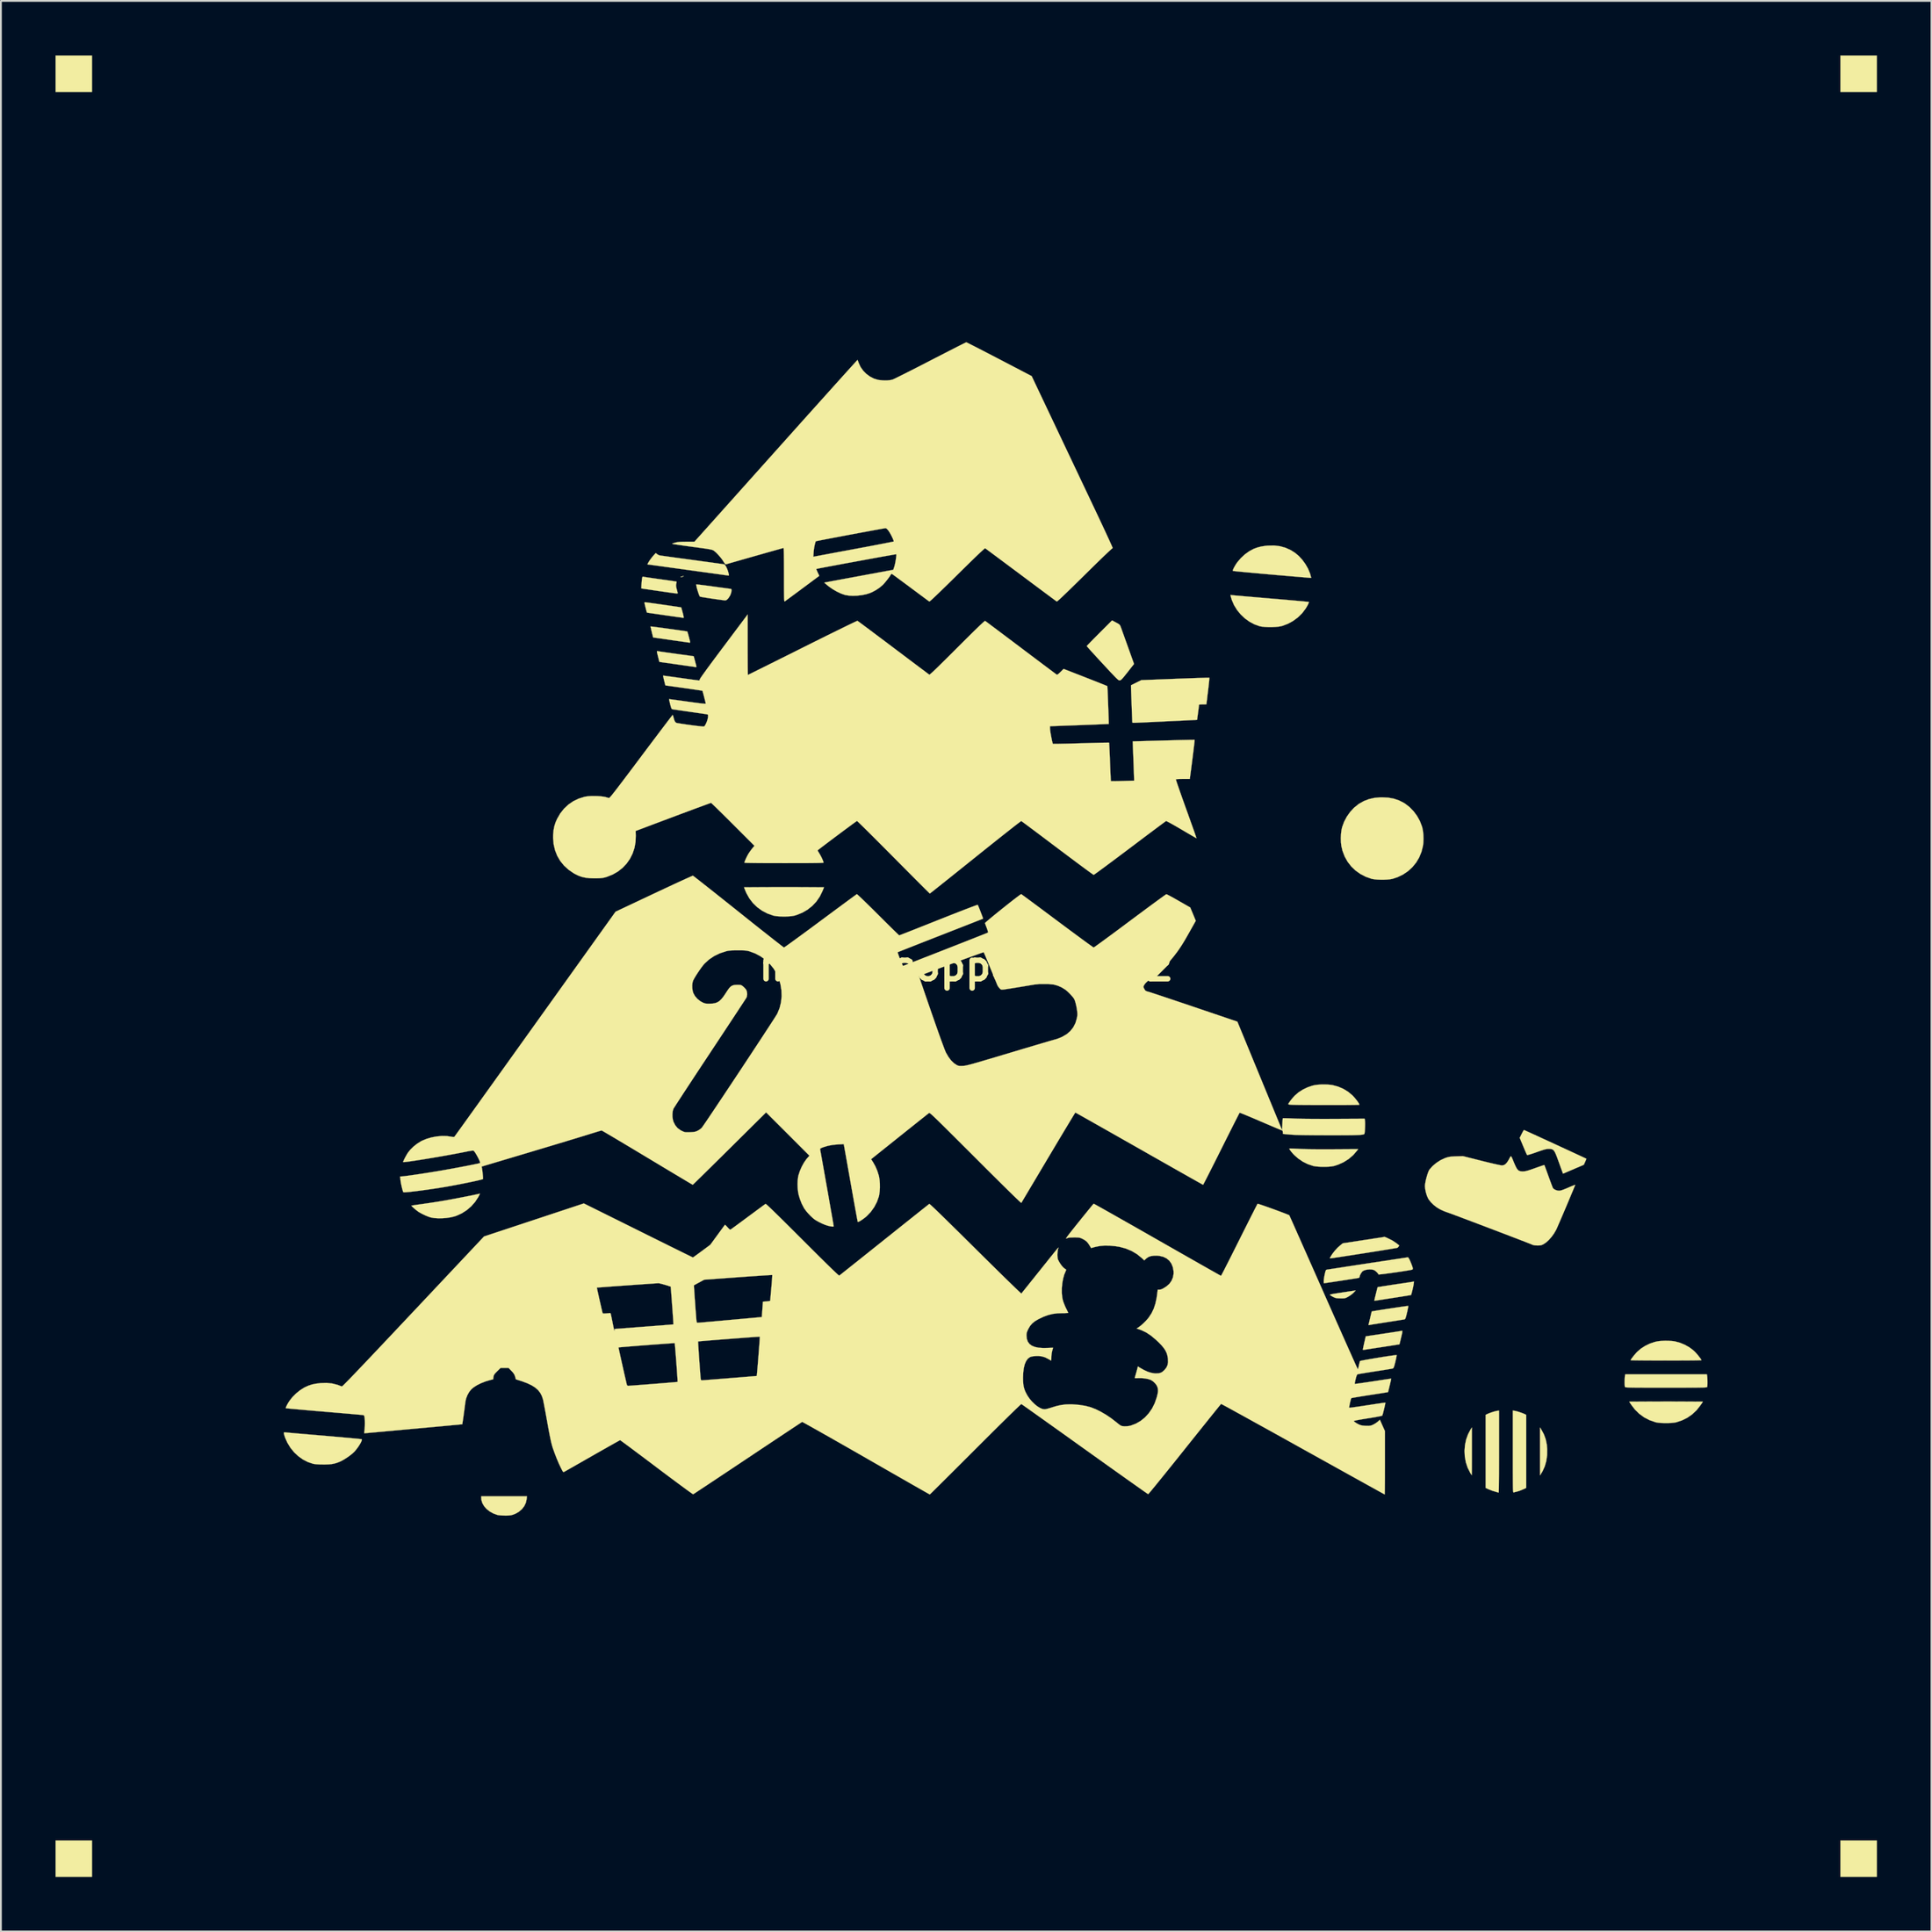
<source format=kicad_pcb>
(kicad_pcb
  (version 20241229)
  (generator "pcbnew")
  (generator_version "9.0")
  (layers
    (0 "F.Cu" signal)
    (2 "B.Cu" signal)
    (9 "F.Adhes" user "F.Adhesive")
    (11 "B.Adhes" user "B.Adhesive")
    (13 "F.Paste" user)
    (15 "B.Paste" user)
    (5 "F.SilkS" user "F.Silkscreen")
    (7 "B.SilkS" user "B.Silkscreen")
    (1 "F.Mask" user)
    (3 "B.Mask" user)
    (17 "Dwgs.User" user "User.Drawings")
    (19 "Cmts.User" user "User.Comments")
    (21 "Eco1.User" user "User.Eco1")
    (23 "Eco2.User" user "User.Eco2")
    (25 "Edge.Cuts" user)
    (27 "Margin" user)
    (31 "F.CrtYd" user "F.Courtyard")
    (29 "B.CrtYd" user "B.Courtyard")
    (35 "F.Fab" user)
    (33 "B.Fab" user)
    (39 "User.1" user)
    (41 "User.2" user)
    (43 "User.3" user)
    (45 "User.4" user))
  (footprint "mx2u_copper_fix_v2"
    (layer "F.Cu")
    (at 50.022 50.022)
    (property "Reference" "mx2u_copper_fix_v2" (at 0 0 0) (layer "F.SilkS") (effects (font (size 1.524 1.524) (thickness 0.3))))
    (attr through_hole)
    (fp_poly (pts (xy -48.02 -48.02) (xy -50.017 -48.02) (xy -50.017 -50.017) (xy -48.02 -50.017) (xy -48.02 -48.02)) (stroke (width 0.01) (type solid)) (fill yes) (layer "F.SilkS"))
    (fp_poly (pts (xy -48.02 50.017) (xy -50.017 50.017) (xy -50.017 48.02) (xy -48.02 48.02) (xy -48.02 50.017)) (stroke (width 0.01) (type solid)) (fill yes) (layer "F.SilkS"))
    (fp_poly (pts (xy 50.017 -48.02) (xy 48.02 -48.02) (xy 48.02 -50.017) (xy 50.017 -50.017) (xy 50.017 -48.02)) (stroke (width 0.01) (type solid)) (fill yes) (layer "F.SilkS"))
    (fp_poly (pts (xy 50.017 50.017) (xy 48.02 50.017) (xy 48.02 48.02) (xy 50.017 48.02) (xy 50.017 50.017)) (stroke (width 0.01) (type solid)) (fill yes) (layer "F.SilkS"))
    (fp_poly (pts (xy -15.517 -21.419) (xy -15.56 -21.402) (xy -15.631 -21.379) (xy -15.68 -21.367) (xy -15.684 -21.377) (xy -15.681 -21.38) (xy -15.64 -21.401) (xy -15.575 -21.418) (xy -15.568 -21.419) (xy -15.52 -21.425) (xy -15.517 -21.419)) (stroke (width 0.01) (type solid)) (fill yes) (layer "F.SilkS"))
    (fp_poly (pts (xy 31.597 25.463) (xy 31.734 25.719) (xy 31.831 25.988) (xy 31.891 26.279) (xy 31.912 26.525) (xy 31.908 26.857) (xy 31.863 27.173) (xy 31.78 27.468) (xy 31.661 27.734) (xy 31.606 27.827) (xy 31.518 27.965) (xy 31.517 25.337) (xy 31.597 25.463)) (stroke (width 0.01) (type solid)) (fill yes) (layer "F.SilkS"))
    (fp_poly (pts (xy 27.775 26.645) (xy 27.775 26.897) (xy 27.775 27.132) (xy 27.774 27.348) (xy 27.774 27.537) (xy 27.773 27.697) (xy 27.772 27.822) (xy 27.77 27.908) (xy 27.769 27.949) (xy 27.768 27.953) (xy 27.753 27.933) (xy 27.719 27.881) (xy 27.678 27.815) (xy 27.542 27.543) (xy 27.445 27.248) (xy 27.389 26.939) (xy 27.373 26.622) (xy 27.397 26.306) (xy 27.461 25.999) (xy 27.566 25.708) (xy 27.695 25.463) (xy 27.775 25.337) (xy 27.775 26.645)) (stroke (width 0.01) (type solid)) (fill yes) (layer "F.SilkS"))
    (fp_poly (pts (xy -24.143 29.265) (xy -24.186 29.467) (xy -24.274 29.653) (xy -24.403 29.821) (xy -24.568 29.963) (xy -24.764 30.076) (xy -24.887 30.124) (xy -24.974 30.149) (xy -25.063 30.165) (xy -25.17 30.173) (xy -25.309 30.175) (xy -25.342 30.174) (xy -25.473 30.171) (xy -25.597 30.163) (xy -25.698 30.151) (xy -25.754 30.14) (xy -25.975 30.059) (xy -26.172 29.95) (xy -26.341 29.817) (xy -26.476 29.665) (xy -26.573 29.5) (xy -26.628 29.327) (xy -26.638 29.212) (xy -26.638 29.115) (xy -24.129 29.115) (xy -24.143 29.265)) (stroke (width 0.01) (type solid)) (fill yes) (layer "F.SilkS"))
    (fp_poly (pts (xy 29.267 26.661) (xy 29.267 26.993) (xy 29.266 27.311) (xy 29.265 27.61) (xy 29.264 27.887) (xy 29.262 28.139) (xy 29.26 28.362) (xy 29.258 28.551) (xy 29.256 28.705) (xy 29.253 28.818) (xy 29.251 28.888) (xy 29.248 28.911) (xy 29.213 28.903) (xy 29.151 28.888) (xy 29.14 28.885) (xy 28.895 28.811) (xy 28.694 28.732) (xy 28.667 28.719) (xy 28.534 28.657) (xy 28.534 24.643) (xy 28.603 24.608) (xy 28.7 24.564) (xy 28.823 24.518) (xy 28.954 24.475) (xy 29.073 24.442) (xy 29.148 24.426) (xy 29.267 24.409) (xy 29.267 26.661)) (stroke (width 0.01) (type solid)) (fill yes) (layer "F.SilkS"))
    (fp_poly (pts (xy 38.697 23.912) (xy 39.024 23.913) (xy 39.323 23.914) (xy 39.453 23.915) (xy 40.466 23.921) (xy 40.336 24.111) (xy 40.121 24.384) (xy 39.878 24.614) (xy 39.607 24.803) (xy 39.306 24.951) (xy 39.01 25.049) (xy 38.885 25.072) (xy 38.724 25.088) (xy 38.542 25.096) (xy 38.352 25.096) (xy 38.168 25.089) (xy 38.005 25.074) (xy 37.875 25.051) (xy 37.86 25.047) (xy 37.532 24.933) (xy 37.234 24.778) (xy 36.966 24.582) (xy 36.726 24.344) (xy 36.547 24.111) (xy 36.417 23.921) (xy 37.429 23.915) (xy 37.709 23.913) (xy 38.024 23.913) (xy 38.359 23.912) (xy 38.697 23.912)) (stroke (width 0.01) (type solid)) (fill yes) (layer "F.SilkS"))
    (fp_poly (pts (xy 21.28 17.93) (xy 21.199 18.004) (xy 21.094 18.082) (xy 20.99 18.148) (xy 20.902 18.196) (xy 20.835 18.225) (xy 20.77 18.24) (xy 20.689 18.245) (xy 20.585 18.245) (xy 20.475 18.242) (xy 20.378 18.236) (xy 20.31 18.227) (xy 20.295 18.224) (xy 20.197 18.186) (xy 20.09 18.13) (xy 20.002 18.073) (xy 20 18.072) (xy 19.988 18.062) (xy 19.98 18.054) (xy 19.981 18.046) (xy 19.995 18.037) (xy 20.024 18.028) (xy 20.072 18.016) (xy 20.144 18.003) (xy 20.244 17.986) (xy 20.374 17.965) (xy 20.539 17.94) (xy 20.742 17.909) (xy 20.988 17.872) (xy 21.279 17.829) (xy 21.306 17.825) (xy 21.394 17.811) (xy 21.28 17.93)) (stroke (width 0.01) (type solid)) (fill yes) (layer "F.SilkS"))
    (fp_poly (pts (xy -16.951 -17.304) (xy -16.95 -17.304) (xy -16.913 -17.298) (xy -16.832 -17.286) (xy -16.713 -17.268) (xy -16.561 -17.246) (xy -16.382 -17.221) (xy -16.183 -17.193) (xy -15.968 -17.163) (xy -15.932 -17.158) (xy -14.968 -17.025) (xy -14.9 -16.771) (xy -14.871 -16.66) (xy -14.845 -16.564) (xy -14.827 -16.496) (xy -14.82 -16.472) (xy -14.823 -16.436) (xy -14.84 -16.431) (xy -14.872 -16.435) (xy -14.948 -16.445) (xy -15.063 -16.462) (xy -15.211 -16.482) (xy -15.387 -16.507) (xy -15.586 -16.535) (xy -15.801 -16.566) (xy -15.864 -16.575) (xy -16.854 -16.716) (xy -16.929 -17.016) (xy -16.96 -17.142) (xy -16.98 -17.226) (xy -16.988 -17.276) (xy -16.985 -17.301) (xy -16.973 -17.308) (xy -16.951 -17.304)) (stroke (width 0.01) (type solid)) (fill yes) (layer "F.SilkS"))
    (fp_poly (pts (xy -9.789 -4.344) (xy -9.445 -4.343) (xy -9.126 -4.342) (xy -8.91 -4.341) (xy -7.811 -4.334) (xy -7.896 -4.125) (xy -8.043 -3.825) (xy -8.231 -3.553) (xy -8.456 -3.313) (xy -8.713 -3.108) (xy -9.001 -2.941) (xy -9.315 -2.814) (xy -9.44 -2.777) (xy -9.565 -2.754) (xy -9.725 -2.738) (xy -9.908 -2.73) (xy -10.098 -2.73) (xy -10.281 -2.737) (xy -10.445 -2.752) (xy -10.574 -2.775) (xy -10.59 -2.779) (xy -10.912 -2.892) (xy -11.209 -3.047) (xy -11.478 -3.24) (xy -11.714 -3.469) (xy -11.914 -3.73) (xy -12.076 -4.021) (xy -12.121 -4.125) (xy -12.205 -4.334) (xy -11.107 -4.341) (xy -10.816 -4.342) (xy -10.489 -4.343) (xy -10.142 -4.344) (xy -9.789 -4.344)) (stroke (width 0.01) (type solid)) (fill yes) (layer "F.SilkS"))
    (fp_poly (pts (xy 30.144 24.426) (xy 30.239 24.447) (xy 30.361 24.483) (xy 30.492 24.527) (xy 30.612 24.573) (xy 30.689 24.608) (xy 30.758 24.643) (xy 30.758 28.657) (xy 30.625 28.718) (xy 30.493 28.776) (xy 30.383 28.818) (xy 30.277 28.85) (xy 30.227 28.863) (xy 30.148 28.883) (xy 30.085 28.899) (xy 30.069 28.904) (xy 30.062 28.904) (xy 30.055 28.898) (xy 30.049 28.882) (xy 30.044 28.854) (xy 30.04 28.811) (xy 30.036 28.749) (xy 30.033 28.665) (xy 30.031 28.557) (xy 30.029 28.421) (xy 30.028 28.254) (xy 30.027 28.053) (xy 30.026 27.816) (xy 30.025 27.538) (xy 30.025 27.218) (xy 30.025 26.851) (xy 30.025 26.663) (xy 30.025 24.409) (xy 30.144 24.426)) (stroke (width 0.01) (type solid)) (fill yes) (layer "F.SilkS"))
    (fp_poly (pts (xy 17.849 10.015) (xy 17.955 10.018) (xy 18.089 10.024) (xy 18.242 10.031) (xy 18.29 10.034) (xy 18.462 10.042) (xy 18.679 10.048) (xy 18.938 10.052) (xy 19.233 10.055) (xy 19.56 10.057) (xy 19.914 10.056) (xy 20.173 10.055) (xy 21.53 10.046) (xy 21.464 10.135) (xy 21.257 10.375) (xy 21.012 10.585) (xy 20.736 10.76) (xy 20.435 10.898) (xy 20.206 10.971) (xy 20.081 10.995) (xy 19.921 11.011) (xy 19.738 11.019) (xy 19.548 11.019) (xy 19.365 11.011) (xy 19.201 10.996) (xy 19.072 10.974) (xy 19.056 10.97) (xy 18.759 10.87) (xy 18.491 10.737) (xy 18.24 10.566) (xy 18.037 10.389) (xy 17.963 10.314) (xy 17.891 10.232) (xy 17.826 10.152) (xy 17.777 10.083) (xy 17.751 10.035) (xy 17.75 10.018) (xy 17.778 10.015) (xy 17.849 10.015)) (stroke (width 0.01) (type solid)) (fill yes) (layer "F.SilkS"))
    (fp_poly (pts (xy 23.138 14.933) (xy 23.401 15.063) (xy 23.629 15.214) (xy 23.656 15.235) (xy 23.719 15.285) (xy 23.764 15.32) (xy 23.778 15.331) (xy 23.777 15.356) (xy 23.751 15.399) (xy 23.714 15.442) (xy 23.683 15.467) (xy 23.653 15.473) (xy 23.578 15.487) (xy 23.463 15.507) (xy 23.312 15.532) (xy 23.131 15.561) (xy 22.924 15.595) (xy 22.696 15.632) (xy 22.451 15.671) (xy 22.195 15.711) (xy 21.933 15.753) (xy 21.668 15.794) (xy 21.407 15.835) (xy 21.153 15.875) (xy 20.912 15.912) (xy 20.689 15.946) (xy 20.488 15.977) (xy 20.314 16.003) (xy 20.171 16.024) (xy 20.066 16.039) (xy 20.002 16.047) (xy 19.986 16.049) (xy 19.98 16.03) (xy 19.994 15.992) (xy 20.104 15.814) (xy 20.244 15.632) (xy 20.399 15.463) (xy 20.535 15.341) (xy 20.686 15.221) (xy 21.836 15.045) (xy 22.986 14.868) (xy 23.138 14.933)) (stroke (width 0.01) (type solid)) (fill yes) (layer "F.SilkS"))
    (fp_poly (pts (xy -17.309 -18.66) (xy -17.24 -18.652) (xy -17.133 -18.639) (xy -16.996 -18.621) (xy -16.835 -18.6) (xy -16.656 -18.576) (xy -16.467 -18.55) (xy -16.272 -18.523) (xy -16.08 -18.497) (xy -15.895 -18.471) (xy -15.726 -18.447) (xy -15.578 -18.426) (xy -15.457 -18.408) (xy -15.371 -18.395) (xy -15.326 -18.387) (xy -15.321 -18.386) (xy -15.311 -18.36) (xy -15.292 -18.297) (xy -15.267 -18.208) (xy -15.239 -18.106) (xy -15.212 -18.003) (xy -15.188 -17.909) (xy -15.171 -17.838) (xy -15.164 -17.8) (xy -15.164 -17.799) (xy -15.176 -17.772) (xy -15.183 -17.77) (xy -15.212 -17.774) (xy -15.285 -17.785) (xy -15.397 -17.801) (xy -15.543 -17.822) (xy -15.717 -17.847) (xy -15.914 -17.875) (xy -16.128 -17.905) (xy -16.199 -17.916) (xy -17.196 -18.058) (xy -17.27 -18.356) (xy -17.298 -18.471) (xy -17.319 -18.567) (xy -17.332 -18.634) (xy -17.335 -18.662) (xy -17.335 -18.662) (xy -17.309 -18.66)) (stroke (width 0.01) (type solid)) (fill yes) (layer "F.SilkS"))
    (fp_poly (pts (xy 23.951 20.029) (xy 23.956 20.05) (xy 23.952 20.097) (xy 23.938 20.175) (xy 23.912 20.291) (xy 23.889 20.389) (xy 23.858 20.519) (xy 23.832 20.63) (xy 23.811 20.713) (xy 23.799 20.761) (xy 23.797 20.768) (xy 23.771 20.773) (xy 23.702 20.785) (xy 23.593 20.802) (xy 23.452 20.824) (xy 23.282 20.851) (xy 23.09 20.88) (xy 22.882 20.912) (xy 22.871 20.914) (xy 22.658 20.946) (xy 22.458 20.977) (xy 22.277 21.005) (xy 22.121 21.029) (xy 21.997 21.048) (xy 21.91 21.062) (xy 21.868 21.069) (xy 21.812 21.073) (xy 21.786 21.064) (xy 21.785 21.062) (xy 21.79 21.031) (xy 21.805 20.96) (xy 21.827 20.858) (xy 21.854 20.736) (xy 21.865 20.686) (xy 21.946 20.331) (xy 22.921 20.185) (xy 23.138 20.152) (xy 23.341 20.121) (xy 23.523 20.093) (xy 23.679 20.069) (xy 23.803 20.049) (xy 23.89 20.035) (xy 23.933 20.028) (xy 23.937 20.027) (xy 23.951 20.029)) (stroke (width 0.01) (type solid)) (fill yes) (layer "F.SilkS"))
    (fp_poly (pts (xy 24.58 17.45) (xy 24.568 17.52) (xy 24.549 17.615) (xy 24.525 17.723) (xy 24.499 17.833) (xy 24.473 17.933) (xy 24.452 18.011) (xy 24.436 18.055) (xy 24.433 18.06) (xy 24.408 18.066) (xy 24.339 18.078) (xy 24.232 18.095) (xy 24.096 18.117) (xy 23.935 18.143) (xy 23.757 18.171) (xy 23.568 18.201) (xy 23.374 18.231) (xy 23.182 18.261) (xy 22.999 18.29) (xy 22.83 18.316) (xy 22.683 18.338) (xy 22.563 18.356) (xy 22.478 18.368) (xy 22.434 18.374) (xy 22.429 18.374) (xy 22.418 18.364) (xy 22.423 18.334) (xy 22.439 18.267) (xy 22.461 18.173) (xy 22.488 18.062) (xy 22.517 17.946) (xy 22.545 17.834) (xy 22.569 17.737) (xy 22.588 17.666) (xy 22.598 17.631) (xy 22.599 17.63) (xy 22.625 17.625) (xy 22.696 17.613) (xy 22.805 17.595) (xy 22.949 17.573) (xy 23.121 17.546) (xy 23.317 17.516) (xy 23.53 17.483) (xy 23.602 17.473) (xy 24.596 17.322) (xy 24.58 17.45)) (stroke (width 0.01) (type solid)) (fill yes) (layer "F.SilkS"))
    (fp_poly (pts (xy -14.799 -20.969) (xy -14.728 -20.962) (xy -14.617 -20.95) (xy -14.474 -20.932) (xy -14.302 -20.91) (xy -14.109 -20.885) (xy -13.899 -20.856) (xy -13.879 -20.853) (xy -13.667 -20.824) (xy -13.47 -20.797) (xy -13.294 -20.774) (xy -13.146 -20.754) (xy -13.029 -20.738) (xy -12.951 -20.728) (xy -12.917 -20.724) (xy -12.917 -20.724) (xy -12.897 -20.703) (xy -12.89 -20.653) (xy -12.91 -20.514) (xy -12.964 -20.369) (xy -13.046 -20.238) (xy -13.068 -20.21) (xy -13.134 -20.142) (xy -13.185 -20.106) (xy -13.237 -20.095) (xy -13.252 -20.095) (xy -13.298 -20.1) (xy -13.387 -20.111) (xy -13.51 -20.127) (xy -13.66 -20.147) (xy -13.828 -20.171) (xy -13.964 -20.191) (xy -14.138 -20.217) (xy -14.295 -20.242) (xy -14.43 -20.264) (xy -14.535 -20.282) (xy -14.603 -20.296) (xy -14.625 -20.302) (xy -14.647 -20.334) (xy -14.676 -20.403) (xy -14.71 -20.497) (xy -14.745 -20.605) (xy -14.778 -20.716) (xy -14.805 -20.819) (xy -14.823 -20.903) (xy -14.829 -20.957) (xy -14.826 -20.97) (xy -14.799 -20.969)) (stroke (width 0.01) (type solid)) (fill yes) (layer "F.SilkS"))
    (fp_poly (pts (xy 40.7 22.512) (xy 40.707 22.586) (xy 40.712 22.686) (xy 40.715 22.8) (xy 40.715 22.914) (xy 40.712 23.014) (xy 40.706 23.085) (xy 40.7 23.111) (xy 40.694 23.118) (xy 40.679 23.124) (xy 40.652 23.129) (xy 40.61 23.134) (xy 40.549 23.138) (xy 40.468 23.141) (xy 40.362 23.143) (xy 40.229 23.146) (xy 40.066 23.147) (xy 39.87 23.149) (xy 39.637 23.149) (xy 39.364 23.15) (xy 39.049 23.15) (xy 38.688 23.151) (xy 38.441 23.151) (xy 38.051 23.151) (xy 37.708 23.15) (xy 37.409 23.15) (xy 37.152 23.149) (xy 36.934 23.148) (xy 36.75 23.147) (xy 36.599 23.145) (xy 36.477 23.142) (xy 36.381 23.14) (xy 36.308 23.136) (xy 36.255 23.132) (xy 36.219 23.127) (xy 36.196 23.121) (xy 36.185 23.115) (xy 36.182 23.111) (xy 36.174 23.064) (xy 36.169 22.981) (xy 36.167 22.875) (xy 36.168 22.76) (xy 36.171 22.649) (xy 36.177 22.556) (xy 36.183 22.512) (xy 36.198 22.418) (xy 40.684 22.418) (xy 40.7 22.512)) (stroke (width 0.01) (type solid)) (fill yes) (layer "F.SilkS"))
    (fp_poly (pts (xy 24.28 18.661) (xy 24.28 18.69) (xy 24.269 18.758) (xy 24.25 18.858) (xy 24.223 18.979) (xy 24.211 19.031) (xy 24.177 19.173) (xy 24.149 19.273) (xy 24.127 19.338) (xy 24.107 19.376) (xy 24.086 19.394) (xy 24.075 19.398) (xy 24.038 19.405) (xy 23.958 19.418) (xy 23.84 19.437) (xy 23.69 19.461) (xy 23.514 19.489) (xy 23.318 19.519) (xy 23.125 19.549) (xy 22.916 19.582) (xy 22.72 19.613) (xy 22.544 19.641) (xy 22.394 19.664) (xy 22.276 19.683) (xy 22.196 19.697) (xy 22.162 19.703) (xy 22.095 19.716) (xy 22.184 19.342) (xy 22.215 19.212) (xy 22.241 19.101) (xy 22.261 19.018) (xy 22.273 18.971) (xy 22.276 18.964) (xy 22.302 18.957) (xy 22.372 18.944) (xy 22.478 18.927) (xy 22.615 18.904) (xy 22.776 18.879) (xy 22.955 18.851) (xy 23.144 18.822) (xy 23.338 18.793) (xy 23.53 18.764) (xy 23.714 18.737) (xy 23.882 18.712) (xy 24.029 18.691) (xy 24.148 18.675) (xy 24.232 18.665) (xy 24.276 18.66) (xy 24.28 18.661)) (stroke (width 0.01) (type solid)) (fill yes) (layer "F.SilkS"))
    (fp_poly (pts (xy -17.609 -19.988) (xy -17.532 -19.978) (xy -17.42 -19.963) (xy -17.279 -19.944) (xy -17.115 -19.921) (xy -16.934 -19.896) (xy -16.744 -19.869) (xy -16.551 -19.841) (xy -16.361 -19.814) (xy -16.181 -19.787) (xy -16.017 -19.763) (xy -15.876 -19.743) (xy -15.765 -19.726) (xy -15.689 -19.714) (xy -15.656 -19.708) (xy -15.655 -19.707) (xy -15.647 -19.682) (xy -15.628 -19.617) (xy -15.602 -19.524) (xy -15.573 -19.416) (xy -15.539 -19.28) (xy -15.521 -19.188) (xy -15.52 -19.141) (xy -15.526 -19.135) (xy -15.557 -19.139) (xy -15.633 -19.15) (xy -15.747 -19.166) (xy -15.894 -19.186) (xy -16.07 -19.211) (xy -16.268 -19.239) (xy -16.482 -19.269) (xy -16.542 -19.278) (xy -16.759 -19.309) (xy -16.959 -19.338) (xy -17.139 -19.364) (xy -17.291 -19.386) (xy -17.412 -19.404) (xy -17.494 -19.417) (xy -17.533 -19.424) (xy -17.536 -19.425) (xy -17.545 -19.45) (xy -17.564 -19.515) (xy -17.589 -19.609) (xy -17.615 -19.711) (xy -17.645 -19.832) (xy -17.663 -19.913) (xy -17.669 -19.96) (xy -17.664 -19.984) (xy -17.649 -19.991) (xy -17.643 -19.991) (xy -17.609 -19.988)) (stroke (width 0.01) (type solid)) (fill yes) (layer "F.SilkS"))
    (fp_poly (pts (xy 14.605 -20.379) (xy 14.644 -20.375) (xy 14.729 -20.368) (xy 14.857 -20.356) (xy 15.024 -20.342) (xy 15.225 -20.324) (xy 15.456 -20.304) (xy 15.714 -20.282) (xy 15.995 -20.258) (xy 16.295 -20.232) (xy 16.609 -20.205) (xy 16.754 -20.193) (xy 17.071 -20.166) (xy 17.374 -20.14) (xy 17.658 -20.115) (xy 17.92 -20.092) (xy 18.156 -20.071) (xy 18.362 -20.053) (xy 18.534 -20.037) (xy 18.67 -20.024) (xy 18.764 -20.015) (xy 18.814 -20.01) (xy 18.82 -20.008) (xy 18.818 -19.978) (xy 18.794 -19.915) (xy 18.753 -19.829) (xy 18.698 -19.732) (xy 18.641 -19.638) (xy 18.447 -19.383) (xy 18.214 -19.157) (xy 17.952 -18.963) (xy 17.666 -18.807) (xy 17.365 -18.695) (xy 17.302 -18.678) (xy 17.163 -18.652) (xy 16.991 -18.635) (xy 16.799 -18.626) (xy 16.602 -18.626) (xy 16.412 -18.634) (xy 16.246 -18.651) (xy 16.119 -18.675) (xy 15.832 -18.778) (xy 15.559 -18.924) (xy 15.304 -19.108) (xy 15.075 -19.324) (xy 14.876 -19.568) (xy 14.713 -19.832) (xy 14.592 -20.111) (xy 14.55 -20.248) (xy 14.513 -20.39) (xy 14.605 -20.379)) (stroke (width 0.01) (type solid)) (fill yes) (layer "F.SilkS"))
    (fp_poly (pts (xy 17.237 -23.069) (xy 17.542 -22.983) (xy 17.832 -22.851) (xy 18.058 -22.708) (xy 18.264 -22.536) (xy 18.458 -22.326) (xy 18.63 -22.09) (xy 18.774 -21.839) (xy 18.88 -21.585) (xy 18.913 -21.475) (xy 18.95 -21.331) (xy 18.871 -21.334) (xy 18.834 -21.337) (xy 18.75 -21.343) (xy 18.624 -21.354) (xy 18.459 -21.368) (xy 18.26 -21.385) (xy 18.03 -21.404) (xy 17.773 -21.426) (xy 17.493 -21.451) (xy 17.194 -21.476) (xy 16.88 -21.504) (xy 16.727 -21.517) (xy 16.409 -21.545) (xy 16.105 -21.572) (xy 15.82 -21.598) (xy 15.557 -21.622) (xy 15.32 -21.644) (xy 15.113 -21.664) (xy 14.938 -21.681) (xy 14.801 -21.695) (xy 14.705 -21.705) (xy 14.654 -21.712) (xy 14.646 -21.714) (xy 14.646 -21.747) (xy 14.669 -21.812) (xy 14.712 -21.899) (xy 14.768 -22) (xy 14.832 -22.103) (xy 14.891 -22.187) (xy 15.084 -22.414) (xy 15.304 -22.618) (xy 15.54 -22.789) (xy 15.781 -22.919) (xy 15.809 -22.931) (xy 16.004 -23.002) (xy 16.209 -23.054) (xy 16.438 -23.089) (xy 16.57 -23.101) (xy 16.914 -23.108) (xy 17.237 -23.069)) (stroke (width 0.01) (type solid)) (fill yes) (layer "F.SilkS"))
    (fp_poly (pts (xy 19.877 6.503) (xy 20.047 6.519) (xy 20.122 6.531) (xy 20.43 6.614) (xy 20.721 6.74) (xy 20.987 6.904) (xy 21.223 7.104) (xy 21.349 7.242) (xy 21.45 7.368) (xy 21.527 7.473) (xy 21.576 7.553) (xy 21.595 7.602) (xy 21.594 7.612) (xy 21.567 7.615) (xy 21.495 7.617) (xy 21.382 7.619) (xy 21.233 7.621) (xy 21.053 7.623) (xy 20.846 7.625) (xy 20.618 7.626) (xy 20.372 7.626) (xy 20.115 7.627) (xy 19.851 7.627) (xy 19.584 7.627) (xy 19.319 7.626) (xy 19.062 7.625) (xy 18.818 7.624) (xy 18.59 7.623) (xy 18.383 7.621) (xy 18.204 7.619) (xy 18.055 7.616) (xy 17.963 7.614) (xy 17.83 7.608) (xy 17.744 7.599) (xy 17.7 7.586) (xy 17.692 7.575) (xy 17.708 7.536) (xy 17.751 7.468) (xy 17.814 7.382) (xy 17.889 7.287) (xy 17.97 7.192) (xy 18.049 7.107) (xy 18.249 6.933) (xy 18.486 6.78) (xy 18.746 6.654) (xy 19.016 6.562) (xy 19.152 6.531) (xy 19.304 6.511) (xy 19.487 6.499) (xy 19.684 6.497) (xy 19.877 6.503)) (stroke (width 0.01) (type solid)) (fill yes) (layer "F.SilkS"))
    (fp_poly (pts (xy 38.583 20.576) (xy 38.728 20.585) (xy 38.857 20.598) (xy 38.927 20.609) (xy 39.199 20.681) (xy 39.466 20.791) (xy 39.715 20.931) (xy 39.935 21.095) (xy 40.03 21.184) (xy 40.099 21.259) (xy 40.174 21.346) (xy 40.247 21.437) (xy 40.312 21.521) (xy 40.361 21.59) (xy 40.385 21.634) (xy 40.387 21.641) (xy 40.362 21.644) (xy 40.291 21.646) (xy 40.177 21.649) (xy 40.024 21.652) (xy 39.836 21.654) (xy 39.616 21.656) (xy 39.369 21.657) (xy 39.099 21.658) (xy 38.809 21.659) (xy 38.503 21.659) (xy 38.441 21.66) (xy 38.133 21.659) (xy 37.839 21.659) (xy 37.564 21.657) (xy 37.312 21.656) (xy 37.087 21.654) (xy 36.893 21.652) (xy 36.732 21.65) (xy 36.61 21.647) (xy 36.53 21.644) (xy 36.496 21.641) (xy 36.495 21.641) (xy 36.511 21.607) (xy 36.553 21.545) (xy 36.614 21.465) (xy 36.685 21.375) (xy 36.761 21.285) (xy 36.832 21.206) (xy 36.853 21.184) (xy 37.053 21.01) (xy 37.289 20.857) (xy 37.549 20.731) (xy 37.82 20.64) (xy 37.955 20.609) (xy 38.06 20.594) (xy 38.196 20.582) (xy 38.342 20.574) (xy 38.441 20.573) (xy 38.583 20.576)) (stroke (width 0.01) (type solid)) (fill yes) (layer "F.SilkS"))
    (fp_poly (pts (xy -26.721 12.517) (xy -26.749 12.578) (xy -26.801 12.678) (xy -26.805 12.685) (xy -26.978 12.949) (xy -27.19 13.189) (xy -27.435 13.399) (xy -27.706 13.573) (xy -27.995 13.705) (xy -28.118 13.746) (xy -28.321 13.794) (xy -28.548 13.828) (xy -28.783 13.846) (xy -29.015 13.847) (xy -29.227 13.833) (xy -29.406 13.801) (xy -29.41 13.8) (xy -29.554 13.753) (xy -29.72 13.684) (xy -29.888 13.603) (xy -30.041 13.518) (xy -30.11 13.474) (xy -30.176 13.424) (xy -30.253 13.362) (xy -30.33 13.297) (xy -30.399 13.235) (xy -30.45 13.185) (xy -30.473 13.156) (xy -30.473 13.152) (xy -30.446 13.146) (xy -30.377 13.135) (xy -30.272 13.119) (xy -30.138 13.099) (xy -29.983 13.078) (xy -29.897 13.066) (xy -29.69 13.036) (xy -29.452 13.001) (xy -29.202 12.963) (xy -28.959 12.925) (xy -28.744 12.889) (xy -28.736 12.888) (xy -28.584 12.862) (xy -28.409 12.83) (xy -28.217 12.795) (xy -28.014 12.757) (xy -27.807 12.717) (xy -27.601 12.677) (xy -27.404 12.638) (xy -27.22 12.602) (xy -27.057 12.568) (xy -26.921 12.539) (xy -26.817 12.517) (xy -26.753 12.501) (xy -26.734 12.495) (xy -26.717 12.491) (xy -26.721 12.517)) (stroke (width 0.01) (type solid)) (fill yes) (layer "F.SilkS"))
    (fp_poly (pts (xy -17.745 -21.394) (xy -17.711 -21.387) (xy -17.633 -21.374) (xy -17.517 -21.356) (xy -17.369 -21.334) (xy -17.194 -21.309) (xy -16.999 -21.281) (xy -16.811 -21.255) (xy -16.604 -21.226) (xy -16.414 -21.2) (xy -16.246 -21.176) (xy -16.106 -21.155) (xy -15.999 -21.139) (xy -15.931 -21.128) (xy -15.908 -21.123) (xy -15.909 -21.096) (xy -15.92 -21.037) (xy -15.927 -21.008) (xy -15.938 -20.943) (xy -15.937 -20.876) (xy -15.922 -20.79) (xy -15.9 -20.704) (xy -15.875 -20.61) (xy -15.856 -20.535) (xy -15.847 -20.493) (xy -15.847 -20.489) (xy -15.85 -20.482) (xy -15.865 -20.477) (xy -15.894 -20.476) (xy -15.942 -20.479) (xy -16.014 -20.487) (xy -16.114 -20.499) (xy -16.246 -20.517) (xy -16.415 -20.541) (xy -16.625 -20.571) (xy -16.879 -20.608) (xy -16.908 -20.613) (xy -17.118 -20.643) (xy -17.311 -20.672) (xy -17.483 -20.697) (xy -17.627 -20.718) (xy -17.739 -20.734) (xy -17.812 -20.745) (xy -17.841 -20.749) (xy -17.841 -20.749) (xy -17.844 -20.772) (xy -17.843 -20.834) (xy -17.838 -20.923) (xy -17.831 -21.026) (xy -17.823 -21.131) (xy -17.813 -21.227) (xy -17.804 -21.302) (xy -17.802 -21.313) (xy -17.786 -21.376) (xy -17.764 -21.397) (xy -17.745 -21.394)) (stroke (width 0.01) (type solid)) (fill yes) (layer "F.SilkS"))
    (fp_poly (pts (xy 8.226 -18.879) (xy 8.326 -18.825) (xy 8.392 -18.784) (xy 8.433 -18.746) (xy 8.461 -18.7) (xy 8.487 -18.638) (xy 8.491 -18.627) (xy 8.511 -18.572) (xy 8.546 -18.476) (xy 8.593 -18.344) (xy 8.651 -18.184) (xy 8.717 -18) (xy 8.789 -17.799) (xy 8.865 -17.587) (xy 8.88 -17.545) (xy 9.218 -16.603) (xy 8.866 -16.155) (xy 8.75 -16.009) (xy 8.66 -15.897) (xy 8.591 -15.817) (xy 8.539 -15.762) (xy 8.499 -15.727) (xy 8.467 -15.709) (xy 8.438 -15.701) (xy 8.433 -15.701) (xy 8.413 -15.701) (xy 8.392 -15.706) (xy 8.365 -15.721) (xy 8.33 -15.747) (xy 8.284 -15.788) (xy 8.223 -15.846) (xy 8.146 -15.925) (xy 8.048 -16.027) (xy 7.926 -16.156) (xy 7.778 -16.315) (xy 7.601 -16.506) (xy 7.487 -16.628) (xy 7.318 -16.811) (xy 7.16 -16.983) (xy 7.016 -17.14) (xy 6.89 -17.279) (xy 6.784 -17.396) (xy 6.702 -17.488) (xy 6.647 -17.551) (xy 6.623 -17.581) (xy 6.622 -17.583) (xy 6.639 -17.605) (xy 6.688 -17.658) (xy 6.766 -17.739) (xy 6.868 -17.844) (xy 6.99 -17.969) (xy 7.129 -18.109) (xy 7.28 -18.261) (xy 7.317 -18.298) (xy 8.012 -18.993) (xy 8.226 -18.879)) (stroke (width 0.01) (type solid)) (fill yes) (layer "F.SilkS"))
    (fp_poly (pts (xy 23.181 -9.258) (xy 23.485 -9.203) (xy 23.766 -9.109) (xy 24.032 -8.975) (xy 24.114 -8.923) (xy 24.356 -8.735) (xy 24.576 -8.508) (xy 24.766 -8.25) (xy 24.921 -7.97) (xy 25.034 -7.675) (xy 25.047 -7.633) (xy 25.086 -7.444) (xy 25.11 -7.225) (xy 25.117 -6.994) (xy 25.108 -6.769) (xy 25.087 -6.601) (xy 25.005 -6.275) (xy 24.879 -5.971) (xy 24.713 -5.692) (xy 24.508 -5.442) (xy 24.269 -5.223) (xy 23.997 -5.038) (xy 23.697 -4.892) (xy 23.416 -4.799) (xy 23.291 -4.776) (xy 23.13 -4.76) (xy 22.948 -4.752) (xy 22.758 -4.752) (xy 22.575 -4.759) (xy 22.411 -4.774) (xy 22.281 -4.797) (xy 22.266 -4.801) (xy 21.944 -4.914) (xy 21.648 -5.068) (xy 21.381 -5.259) (xy 21.147 -5.484) (xy 20.949 -5.74) (xy 20.79 -6.024) (xy 20.672 -6.332) (xy 20.608 -6.601) (xy 20.584 -6.808) (xy 20.577 -7.035) (xy 20.588 -7.266) (xy 20.615 -7.48) (xy 20.648 -7.633) (xy 20.756 -7.929) (xy 20.905 -8.212) (xy 21.091 -8.474) (xy 21.306 -8.706) (xy 21.546 -8.9) (xy 21.581 -8.923) (xy 21.843 -9.071) (xy 22.119 -9.177) (xy 22.415 -9.244) (xy 22.738 -9.274) (xy 22.847 -9.275) (xy 23.181 -9.258)) (stroke (width 0.01) (type solid)) (fill yes) (layer "F.SilkS"))
    (fp_poly (pts (xy -37.392 25.607) (xy -37.373 25.609) (xy -37.332 25.613) (xy -37.244 25.622) (xy -37.113 25.633) (xy -36.945 25.648) (xy -36.742 25.666) (xy -36.509 25.686) (xy -36.25 25.708) (xy -35.969 25.732) (xy -35.669 25.758) (xy -35.356 25.784) (xy -35.244 25.794) (xy -34.929 25.821) (xy -34.629 25.847) (xy -34.347 25.871) (xy -34.087 25.895) (xy -33.853 25.916) (xy -33.649 25.935) (xy -33.478 25.951) (xy -33.345 25.965) (xy -33.253 25.975) (xy -33.206 25.982) (xy -33.201 25.983) (xy -33.195 26.02) (xy -33.216 26.088) (xy -33.26 26.18) (xy -33.323 26.287) (xy -33.399 26.404) (xy -33.485 26.52) (xy -33.575 26.63) (xy -33.607 26.665) (xy -33.707 26.761) (xy -33.84 26.868) (xy -33.991 26.976) (xy -34.148 27.078) (xy -34.295 27.163) (xy -34.384 27.206) (xy -34.54 27.269) (xy -34.687 27.314) (xy -34.838 27.345) (xy -35.007 27.362) (xy -35.207 27.369) (xy -35.318 27.369) (xy -35.508 27.366) (xy -35.671 27.357) (xy -35.799 27.345) (xy -35.868 27.332) (xy -36.156 27.237) (xy -36.429 27.097) (xy -36.684 26.916) (xy -36.915 26.7) (xy -37.117 26.452) (xy -37.285 26.178) (xy -37.408 25.902) (xy -37.442 25.803) (xy -37.467 25.716) (xy -37.48 25.658) (xy -37.481 25.649) (xy -37.475 25.616) (xy -37.451 25.604) (xy -37.392 25.607)) (stroke (width 0.01) (type solid)) (fill yes) (layer "F.SilkS"))
    (fp_poly (pts (xy -16.982 -22.635) (xy -16.908 -22.589) (xy -16.829 -22.561) (xy -16.828 -22.561) (xy -16.789 -22.555) (xy -16.704 -22.543) (xy -16.578 -22.526) (xy -16.415 -22.503) (xy -16.219 -22.476) (xy -15.995 -22.445) (xy -15.747 -22.411) (xy -15.48 -22.375) (xy -15.197 -22.337) (xy -15.05 -22.317) (xy -14.762 -22.278) (xy -14.488 -22.24) (xy -14.231 -22.205) (xy -13.997 -22.173) (xy -13.79 -22.144) (xy -13.613 -22.12) (xy -13.471 -22.1) (xy -13.369 -22.085) (xy -13.31 -22.077) (xy -13.298 -22.075) (xy -13.253 -22.043) (xy -13.202 -21.97) (xy -13.149 -21.864) (xy -13.099 -21.736) (xy -13.058 -21.602) (xy -13.039 -21.521) (xy -13.033 -21.478) (xy -13.042 -21.462) (xy -13.063 -21.46) (xy -13.094 -21.464) (xy -13.172 -21.474) (xy -13.291 -21.49) (xy -13.447 -21.512) (xy -13.637 -21.538) (xy -13.855 -21.568) (xy -14.098 -21.601) (xy -14.362 -21.638) (xy -14.642 -21.676) (xy -14.785 -21.696) (xy -15.088 -21.738) (xy -15.39 -21.78) (xy -15.685 -21.821) (xy -15.967 -21.86) (xy -16.23 -21.896) (xy -16.468 -21.929) (xy -16.674 -21.957) (xy -16.844 -21.981) (xy -16.97 -21.998) (xy -16.989 -22.001) (xy -17.511 -22.072) (xy -17.464 -22.164) (xy -17.414 -22.249) (xy -17.339 -22.355) (xy -17.252 -22.469) (xy -17.162 -22.575) (xy -17.128 -22.613) (xy -17.052 -22.694) (xy -16.982 -22.635)) (stroke (width 0.01) (type solid)) (fill yes) (layer "F.SilkS"))
    (fp_poly (pts (xy 30.662 9.008) (xy 30.728 9.037) (xy 30.832 9.084) (xy 30.968 9.146) (xy 31.132 9.221) (xy 31.321 9.307) (xy 31.529 9.403) (xy 31.753 9.506) (xy 31.987 9.613) (xy 32.228 9.724) (xy 32.471 9.836) (xy 32.712 9.948) (xy 32.947 10.056) (xy 33.17 10.159) (xy 33.379 10.256) (xy 33.567 10.343) (xy 33.732 10.42) (xy 33.868 10.483) (xy 33.972 10.532) (xy 34.038 10.563) (xy 34.063 10.576) (xy 34.063 10.576) (xy 34.057 10.6) (xy 34.034 10.658) (xy 34 10.738) (xy 33.997 10.744) (xy 33.924 10.906) (xy 33.548 11.067) (xy 33.401 11.13) (xy 33.253 11.194) (xy 33.118 11.252) (xy 33.01 11.298) (xy 32.977 11.312) (xy 32.782 11.395) (xy 32.734 11.264) (xy 32.71 11.199) (xy 32.672 11.096) (xy 32.625 10.966) (xy 32.572 10.818) (xy 32.516 10.663) (xy 32.514 10.659) (xy 32.445 10.469) (xy 32.386 10.322) (xy 32.335 10.212) (xy 32.285 10.134) (xy 32.234 10.083) (xy 32.176 10.053) (xy 32.107 10.038) (xy 32.023 10.034) (xy 32.002 10.034) (xy 31.938 10.036) (xy 31.873 10.043) (xy 31.799 10.059) (xy 31.707 10.085) (xy 31.59 10.123) (xy 31.438 10.175) (xy 31.331 10.213) (xy 31.179 10.267) (xy 31.044 10.311) (xy 30.933 10.345) (xy 30.854 10.367) (xy 30.812 10.373) (xy 30.809 10.371) (xy 30.793 10.342) (xy 30.761 10.274) (xy 30.717 10.174) (xy 30.663 10.049) (xy 30.604 9.908) (xy 30.596 9.889) (xy 30.404 9.428) (xy 30.511 9.213) (xy 30.559 9.12) (xy 30.6 9.047) (xy 30.629 9.004) (xy 30.638 8.997) (xy 30.662 9.008)) (stroke (width 0.01) (type solid)) (fill yes) (layer "F.SilkS"))
    (fp_poly (pts (xy 24.31 16.045) (xy 24.339 16.095) (xy 24.379 16.179) (xy 24.423 16.283) (xy 24.466 16.392) (xy 24.503 16.493) (xy 24.527 16.571) (xy 24.53 16.582) (xy 24.531 16.638) (xy 24.5 16.665) (xy 24.455 16.677) (xy 24.369 16.694) (xy 24.25 16.714) (xy 24.104 16.738) (xy 23.938 16.764) (xy 23.759 16.791) (xy 23.573 16.818) (xy 23.387 16.844) (xy 23.208 16.869) (xy 23.043 16.891) (xy 22.898 16.909) (xy 22.781 16.922) (xy 22.697 16.93) (xy 22.653 16.932) (xy 22.649 16.93) (xy 22.615 16.875) (xy 22.555 16.808) (xy 22.483 16.744) (xy 22.416 16.697) (xy 22.4 16.689) (xy 22.291 16.661) (xy 22.161 16.654) (xy 22.025 16.665) (xy 21.9 16.693) (xy 21.8 16.736) (xy 21.768 16.761) (xy 21.708 16.832) (xy 21.655 16.92) (xy 21.619 17.006) (xy 21.609 17.058) (xy 21.587 17.106) (xy 21.552 17.123) (xy 21.518 17.129) (xy 21.441 17.141) (xy 21.329 17.159) (xy 21.188 17.181) (xy 21.024 17.206) (xy 20.845 17.234) (xy 20.657 17.263) (xy 20.467 17.292) (xy 20.282 17.32) (xy 20.109 17.346) (xy 19.953 17.369) (xy 19.823 17.389) (xy 19.725 17.403) (xy 19.665 17.412) (xy 19.649 17.414) (xy 19.642 17.391) (xy 19.638 17.334) (xy 19.638 17.301) (xy 19.643 17.226) (xy 19.657 17.12) (xy 19.678 17) (xy 19.691 16.936) (xy 19.718 16.819) (xy 19.739 16.743) (xy 19.76 16.699) (xy 19.783 16.677) (xy 19.799 16.672) (xy 19.831 16.666) (xy 19.91 16.654) (xy 20.031 16.635) (xy 20.192 16.61) (xy 20.388 16.58) (xy 20.615 16.545) (xy 20.87 16.505) (xy 21.149 16.463) (xy 21.449 16.417) (xy 21.766 16.369) (xy 22.06 16.324) (xy 24.268 15.989) (xy 24.31 16.045)) (stroke (width 0.01) (type solid)) (fill yes) (layer "F.SilkS"))
    (fp_poly (pts (xy 13.355 -15.844) (xy 13.356 -15.817) (xy 13.35 -15.746) (xy 13.34 -15.637) (xy 13.325 -15.498) (xy 13.307 -15.334) (xy 13.286 -15.152) (xy 13.281 -15.112) (xy 13.258 -14.928) (xy 13.238 -14.76) (xy 13.221 -14.616) (xy 13.207 -14.502) (xy 13.198 -14.424) (xy 13.193 -14.389) (xy 13.193 -14.387) (xy 13.17 -14.384) (xy 13.108 -14.382) (xy 13.019 -14.381) (xy 12.991 -14.381) (xy 12.897 -14.379) (xy 12.826 -14.373) (xy 12.79 -14.364) (xy 12.788 -14.362) (xy 12.785 -14.328) (xy 12.777 -14.257) (xy 12.765 -14.158) (xy 12.75 -14.041) (xy 12.733 -13.917) (xy 12.717 -13.795) (xy 12.702 -13.686) (xy 12.69 -13.599) (xy 12.682 -13.545) (xy 12.68 -13.533) (xy 12.654 -13.531) (xy 12.583 -13.527) (xy 12.471 -13.521) (xy 12.323 -13.514) (xy 12.145 -13.505) (xy 11.942 -13.495) (xy 11.718 -13.484) (xy 11.478 -13.473) (xy 11.228 -13.461) (xy 10.973 -13.449) (xy 10.716 -13.436) (xy 10.464 -13.425) (xy 10.222 -13.413) (xy 9.994 -13.403) (xy 9.785 -13.393) (xy 9.6 -13.385) (xy 9.445 -13.378) (xy 9.325 -13.373) (xy 9.243 -13.37) (xy 9.206 -13.369) (xy 9.206 -13.369) (xy 9.15 -13.375) (xy 9.124 -13.387) (xy 9.124 -13.389) (xy 9.123 -13.417) (xy 9.12 -13.491) (xy 9.116 -13.604) (xy 9.11 -13.751) (xy 9.104 -13.927) (xy 9.096 -14.126) (xy 9.088 -14.342) (xy 9.085 -14.416) (xy 9.077 -14.636) (xy 9.069 -14.84) (xy 9.063 -15.022) (xy 9.058 -15.178) (xy 9.055 -15.3) (xy 9.053 -15.385) (xy 9.053 -15.427) (xy 9.053 -15.43) (xy 9.077 -15.443) (xy 9.138 -15.474) (xy 9.226 -15.518) (xy 9.332 -15.571) (xy 9.339 -15.574) (xy 9.617 -15.712) (xy 11.48 -15.784) (xy 11.782 -15.796) (xy 12.069 -15.806) (xy 12.338 -15.816) (xy 12.583 -15.824) (xy 12.802 -15.832) (xy 12.99 -15.837) (xy 13.144 -15.842) (xy 13.258 -15.844) (xy 13.33 -15.845) (xy 13.355 -15.844)) (stroke (width 0.01) (type solid)) (fill yes) (layer "F.SilkS"))
    (fp_poly (pts (xy 28.297 10.688) (xy 28.521 10.744) (xy 28.732 10.795) (xy 28.927 10.841) (xy 29.099 10.88) (xy 29.241 10.911) (xy 29.349 10.932) (xy 29.415 10.943) (xy 29.429 10.943) (xy 29.526 10.928) (xy 29.613 10.879) (xy 29.697 10.792) (xy 29.783 10.662) (xy 29.82 10.592) (xy 29.862 10.513) (xy 29.892 10.462) (xy 29.917 10.442) (xy 29.941 10.457) (xy 29.971 10.509) (xy 30.011 10.601) (xy 30.063 10.729) (xy 30.137 10.903) (xy 30.199 11.036) (xy 30.255 11.133) (xy 30.309 11.199) (xy 30.368 11.24) (xy 30.438 11.262) (xy 30.522 11.271) (xy 30.586 11.272) (xy 30.649 11.269) (xy 30.715 11.26) (xy 30.794 11.242) (xy 30.894 11.213) (xy 31.022 11.171) (xy 31.186 11.114) (xy 31.246 11.092) (xy 31.395 11.039) (xy 31.527 10.994) (xy 31.635 10.957) (xy 31.713 10.932) (xy 31.752 10.922) (xy 31.755 10.922) (xy 31.765 10.947) (xy 31.791 11.013) (xy 31.828 11.114) (xy 31.876 11.244) (xy 31.931 11.395) (xy 31.98 11.531) (xy 32.041 11.698) (xy 32.097 11.851) (xy 32.146 11.983) (xy 32.186 12.087) (xy 32.213 12.156) (xy 32.224 12.182) (xy 32.277 12.239) (xy 32.365 12.288) (xy 32.468 12.322) (xy 32.563 12.334) (xy 32.626 12.327) (xy 32.708 12.306) (xy 32.817 12.267) (xy 32.96 12.21) (xy 33.059 12.167) (xy 33.187 12.112) (xy 33.298 12.066) (xy 33.383 12.032) (xy 33.436 12.012) (xy 33.45 12.009) (xy 33.442 12.033) (xy 33.416 12.099) (xy 33.375 12.2) (xy 33.321 12.332) (xy 33.255 12.49) (xy 33.18 12.668) (xy 33.099 12.861) (xy 33.014 13.064) (xy 32.926 13.272) (xy 32.838 13.479) (xy 32.752 13.68) (xy 32.67 13.871) (xy 32.595 14.045) (xy 32.529 14.197) (xy 32.474 14.324) (xy 32.432 14.418) (xy 32.405 14.475) (xy 32.402 14.482) (xy 32.286 14.681) (xy 32.151 14.868) (xy 32.006 15.034) (xy 31.857 15.17) (xy 31.713 15.267) (xy 31.698 15.275) (xy 31.617 15.312) (xy 31.539 15.332) (xy 31.443 15.339) (xy 31.372 15.34) (xy 31.226 15.332) (xy 31.125 15.31) (xy 31.101 15.299) (xy 31.066 15.284) (xy 30.987 15.252) (xy 30.868 15.205) (xy 30.715 15.145) (xy 30.53 15.074) (xy 30.318 14.992) (xy 30.082 14.902) (xy 29.828 14.804) (xy 29.558 14.701) (xy 29.277 14.594) (xy 28.988 14.484) (xy 28.697 14.373) (xy 28.406 14.262) (xy 28.12 14.154) (xy 27.842 14.049) (xy 27.578 13.949) (xy 27.33 13.856) (xy 27.103 13.77) (xy 26.901 13.695) (xy 26.728 13.63) (xy 26.588 13.578) (xy 26.484 13.541) (xy 26.421 13.519) (xy 26.411 13.515) (xy 26.313 13.481) (xy 26.191 13.43) (xy 26.067 13.373) (xy 26.019 13.349) (xy 25.842 13.242) (xy 25.674 13.11) (xy 25.525 12.964) (xy 25.408 12.815) (xy 25.367 12.746) (xy 25.305 12.602) (xy 25.252 12.43) (xy 25.215 12.254) (xy 25.198 12.094) (xy 25.198 12.073) (xy 25.206 11.972) (xy 25.228 11.843) (xy 25.26 11.697) (xy 25.3 11.548) (xy 25.344 11.406) (xy 25.388 11.285) (xy 25.43 11.196) (xy 25.446 11.171) (xy 25.616 10.98) (xy 25.822 10.805) (xy 26.05 10.657) (xy 26.286 10.546) (xy 26.338 10.527) (xy 26.432 10.497) (xy 26.518 10.476) (xy 26.608 10.462) (xy 26.718 10.453) (xy 26.859 10.446) (xy 26.916 10.444) (xy 27.283 10.433) (xy 28.297 10.688)) (stroke (width 0.01) (type solid)) (fill yes) (layer "F.SilkS"))
    (fp_poly (pts (xy 0.033 -34.258) (xy 0.101 -34.224) (xy 0.208 -34.171) (xy 0.348 -34.1) (xy 0.52 -34.012) (xy 0.719 -33.91) (xy 0.942 -33.795) (xy 1.186 -33.668) (xy 1.447 -33.533) (xy 1.722 -33.39) (xy 1.817 -33.341) (xy 3.595 -32.413) (xy 4.751 -29.975) (xy 4.939 -29.578) (xy 5.142 -29.149) (xy 5.358 -28.694) (xy 5.581 -28.223) (xy 5.809 -27.743) (xy 6.037 -27.262) (xy 6.261 -26.789) (xy 6.478 -26.331) (xy 6.684 -25.897) (xy 6.874 -25.495) (xy 6.993 -25.244) (xy 7.144 -24.926) (xy 7.288 -24.62) (xy 7.424 -24.331) (xy 7.55 -24.062) (xy 7.665 -23.815) (xy 7.767 -23.593) (xy 7.856 -23.401) (xy 7.929 -23.239) (xy 7.986 -23.112) (xy 8.025 -23.023) (xy 8.044 -22.975) (xy 8.045 -22.966) (xy 8.021 -22.951) (xy 7.963 -22.901) (xy 7.873 -22.819) (xy 7.751 -22.705) (xy 7.6 -22.562) (xy 7.422 -22.39) (xy 7.217 -22.191) (xy 6.987 -21.966) (xy 6.734 -21.718) (xy 6.509 -21.496) (xy 6.207 -21.198) (xy 5.939 -20.936) (xy 5.706 -20.708) (xy 5.506 -20.514) (xy 5.339 -20.354) (xy 5.204 -20.227) (xy 5.101 -20.132) (xy 5.028 -20.069) (xy 4.986 -20.037) (xy 4.974 -20.032) (xy 4.949 -20.05) (xy 4.887 -20.096) (xy 4.79 -20.168) (xy 4.661 -20.263) (xy 4.503 -20.381) (xy 4.318 -20.518) (xy 4.11 -20.673) (xy 3.882 -20.843) (xy 3.635 -21.027) (xy 3.374 -21.222) (xy 3.101 -21.426) (xy 3.008 -21.495) (xy 2.731 -21.702) (xy 2.465 -21.9) (xy 2.213 -22.088) (xy 1.979 -22.262) (xy 1.763 -22.423) (xy 1.571 -22.566) (xy 1.404 -22.69) (xy 1.265 -22.793) (xy 1.157 -22.873) (xy 1.083 -22.928) (xy 1.045 -22.955) (xy 1.042 -22.958) (xy 1.02 -22.947) (xy 0.968 -22.905) (xy 0.886 -22.832) (xy 0.772 -22.727) (xy 0.627 -22.589) (xy 0.449 -22.418) (xy 0.238 -22.213) (xy -0.007 -21.973) (xy -0.287 -21.699) (xy -0.493 -21.495) (xy -0.794 -21.198) (xy -1.061 -20.936) (xy -1.294 -20.709) (xy -1.493 -20.516) (xy -1.66 -20.356) (xy -1.795 -20.229) (xy -1.898 -20.134) (xy -1.971 -20.07) (xy -2.014 -20.037) (xy -2.027 -20.033) (xy -2.053 -20.051) (xy -2.116 -20.097) (xy -2.211 -20.167) (xy -2.335 -20.259) (xy -2.483 -20.369) (xy -2.651 -20.494) (xy -2.835 -20.631) (xy -3.032 -20.777) (xy -3.056 -20.795) (xy -3.253 -20.942) (xy -3.439 -21.08) (xy -3.61 -21.206) (xy -3.76 -21.317) (xy -3.886 -21.41) (xy -3.985 -21.481) (xy -4.052 -21.529) (xy -4.083 -21.549) (xy -4.084 -21.55) (xy -4.117 -21.54) (xy -4.146 -21.504) (xy -4.191 -21.43) (xy -4.261 -21.331) (xy -4.346 -21.22) (xy -4.436 -21.108) (xy -4.522 -21.009) (xy -4.586 -20.941) (xy -4.756 -20.796) (xy -4.958 -20.661) (xy -5.17 -20.547) (xy -5.285 -20.498) (xy -5.494 -20.432) (xy -5.728 -20.384) (xy -5.974 -20.355) (xy -6.218 -20.346) (xy -6.446 -20.357) (xy -6.644 -20.39) (xy -6.671 -20.397) (xy -6.882 -20.472) (xy -7.108 -20.579) (xy -7.335 -20.711) (xy -7.548 -20.859) (xy -7.682 -20.97) (xy -7.795 -21.071) (xy -7.43 -21.139) (xy -7.338 -21.157) (xy -7.202 -21.182) (xy -7.028 -21.214) (xy -6.821 -21.253) (xy -6.587 -21.296) (xy -6.332 -21.343) (xy -6.062 -21.393) (xy -5.782 -21.445) (xy -5.535 -21.491) (xy -4.006 -21.774) (xy -3.946 -21.951) (xy -3.924 -22.031) (xy -3.901 -22.135) (xy -3.879 -22.252) (xy -3.86 -22.369) (xy -3.846 -22.477) (xy -3.838 -22.564) (xy -3.839 -22.618) (xy -3.843 -22.629) (xy -3.869 -22.626) (xy -3.939 -22.615) (xy -4.051 -22.596) (xy -4.2 -22.569) (xy -4.381 -22.537) (xy -4.59 -22.5) (xy -4.823 -22.458) (xy -5.075 -22.412) (xy -5.342 -22.363) (xy -5.62 -22.312) (xy -5.904 -22.26) (xy -6.191 -22.207) (xy -6.475 -22.155) (xy -6.752 -22.104) (xy -7.018 -22.054) (xy -7.27 -22.007) (xy -7.501 -21.964) (xy -7.709 -21.925) (xy -7.888 -21.891) (xy -8.035 -21.863) (xy -8.145 -21.841) (xy -8.213 -21.827) (xy -8.236 -21.821) (xy -8.231 -21.796) (xy -8.207 -21.737) (xy -8.171 -21.655) (xy -8.158 -21.628) (xy -8.07 -21.443) (xy -9.004 -20.749) (xy -9.196 -20.606) (xy -9.376 -20.473) (xy -9.54 -20.352) (xy -9.684 -20.245) (xy -9.804 -20.158) (xy -9.895 -20.091) (xy -9.953 -20.049) (xy -9.974 -20.034) (xy -9.981 -20.036) (xy -9.987 -20.054) (xy -9.993 -20.091) (xy -9.997 -20.15) (xy -10.001 -20.236) (xy -10.003 -20.351) (xy -10.005 -20.499) (xy -10.007 -20.684) (xy -10.008 -20.909) (xy -10.008 -21.177) (xy -10.008 -21.493) (xy -10.008 -21.494) (xy -10.009 -21.851) (xy -10.01 -22.159) (xy -10.012 -22.418) (xy -10.013 -22.486) (xy -8.399 -22.486) (xy -8.338 -22.5) (xy -8.304 -22.507) (xy -8.225 -22.522) (xy -8.103 -22.545) (xy -7.943 -22.576) (xy -7.748 -22.612) (xy -7.521 -22.655) (xy -7.268 -22.702) (xy -6.991 -22.754) (xy -6.694 -22.809) (xy -6.381 -22.867) (xy -6.141 -22.912) (xy -5.82 -22.972) (xy -5.512 -23.029) (xy -5.223 -23.084) (xy -4.955 -23.135) (xy -4.712 -23.182) (xy -4.497 -23.223) (xy -4.316 -23.259) (xy -4.17 -23.288) (xy -4.064 -23.309) (xy -4.001 -23.323) (xy -3.984 -23.328) (xy -3.984 -23.36) (xy -4.005 -23.425) (xy -4.042 -23.513) (xy -4.091 -23.616) (xy -4.146 -23.722) (xy -4.204 -23.822) (xy -4.259 -23.907) (xy -4.273 -23.926) (xy -4.347 -24.013) (xy -4.405 -24.055) (xy -4.43 -24.06) (xy -4.464 -24.056) (xy -4.543 -24.042) (xy -4.661 -24.022) (xy -4.814 -23.994) (xy -4.998 -23.961) (xy -5.207 -23.923) (xy -5.437 -23.88) (xy -5.683 -23.835) (xy -5.941 -23.787) (xy -6.207 -23.737) (xy -6.474 -23.687) (xy -6.74 -23.637) (xy -6.998 -23.588) (xy -7.245 -23.542) (xy -7.475 -23.498) (xy -7.685 -23.458) (xy -7.869 -23.422) (xy -8.023 -23.392) (xy -8.142 -23.368) (xy -8.221 -23.352) (xy -8.256 -23.343) (xy -8.258 -23.343) (xy -8.279 -23.301) (xy -8.303 -23.22) (xy -8.328 -23.113) (xy -8.351 -22.991) (xy -8.37 -22.865) (xy -8.382 -22.748) (xy -8.382 -22.736) (xy -8.399 -22.486) (xy -10.013 -22.486) (xy -10.015 -22.629) (xy -10.019 -22.789) (xy -10.024 -22.9) (xy -10.029 -22.961) (xy -10.034 -22.974) (xy -10.061 -22.967) (xy -10.131 -22.948) (xy -10.241 -22.917) (xy -10.384 -22.877) (xy -10.555 -22.829) (xy -10.751 -22.774) (xy -10.965 -22.714) (xy -11.193 -22.649) (xy -11.43 -22.582) (xy -11.671 -22.513) (xy -11.911 -22.445) (xy -12.145 -22.378) (xy -12.368 -22.315) (xy -12.576 -22.255) (xy -12.762 -22.202) (xy -12.922 -22.156) (xy -13.052 -22.118) (xy -13.146 -22.091) (xy -13.199 -22.075) (xy -13.208 -22.072) (xy -13.233 -22.087) (xy -13.273 -22.137) (xy -13.323 -22.212) (xy -13.334 -22.231) (xy -13.411 -22.347) (xy -13.51 -22.474) (xy -13.622 -22.601) (xy -13.733 -22.715) (xy -13.834 -22.803) (xy -13.867 -22.827) (xy -13.893 -22.843) (xy -13.925 -22.858) (xy -13.967 -22.872) (xy -14.024 -22.886) (xy -14.1 -22.902) (xy -14.2 -22.919) (xy -14.329 -22.939) (xy -14.492 -22.962) (xy -14.694 -22.99) (xy -14.939 -23.024) (xy -15.057 -23.039) (xy -15.285 -23.071) (xy -15.498 -23.1) (xy -15.689 -23.128) (xy -15.854 -23.152) (xy -15.987 -23.172) (xy -16.084 -23.188) (xy -16.139 -23.199) (xy -16.15 -23.203) (xy -16.127 -23.217) (xy -16.068 -23.239) (xy -15.985 -23.264) (xy -15.979 -23.266) (xy -15.899 -23.285) (xy -15.81 -23.298) (xy -15.702 -23.307) (xy -15.564 -23.312) (xy -15.388 -23.314) (xy -15.369 -23.314) (xy -14.928 -23.315) (xy -10.455 -28.313) (xy -10.069 -28.744) (xy -9.692 -29.165) (xy -9.325 -29.575) (xy -8.97 -29.972) (xy -8.627 -30.354) (xy -8.299 -30.719) (xy -7.987 -31.067) (xy -7.691 -31.396) (xy -7.414 -31.704) (xy -7.158 -31.99) (xy -6.922 -32.251) (xy -6.709 -32.488) (xy -6.52 -32.697) (xy -6.357 -32.878) (xy -6.22 -33.028) (xy -6.112 -33.147) (xy -6.033 -33.233) (xy -5.986 -33.285) (xy -5.97 -33.3) (xy -5.957 -33.272) (xy -5.932 -33.209) (xy -5.902 -33.126) (xy -5.803 -32.913) (xy -5.663 -32.715) (xy -5.491 -32.539) (xy -5.294 -32.393) (xy -5.081 -32.281) (xy -4.859 -32.211) (xy -4.789 -32.199) (xy -4.576 -32.178) (xy -4.373 -32.175) (xy -4.192 -32.19) (xy -4.052 -32.219) (xy -4.008 -32.238) (xy -3.922 -32.278) (xy -3.798 -32.338) (xy -3.641 -32.415) (xy -3.452 -32.509) (xy -3.237 -32.618) (xy -2.998 -32.739) (xy -2.74 -32.87) (xy -2.465 -33.011) (xy -2.177 -33.159) (xy -1.965 -33.268) (xy -1.673 -33.419) (xy -1.394 -33.562) (xy -1.131 -33.698) (xy -0.887 -33.822) (xy -0.666 -33.935) (xy -0.47 -34.035) (xy -0.303 -34.119) (xy -0.169 -34.186) (xy -0.071 -34.234) (xy -0.011 -34.263) (xy 0.006 -34.269) (xy 0.033 -34.258)) (stroke (width 0.01) (type solid)) (fill yes) (layer "F.SilkS"))
    (fp_poly (pts (xy -12.005 -17.658) (xy -12.005 -17.373) (xy -12.004 -17.104) (xy -12.003 -16.855) (xy -12.002 -16.629) (xy -12.001 -16.431) (xy -11.999 -16.265) (xy -11.997 -16.136) (xy -11.995 -16.047) (xy -11.993 -16.003) (xy -11.992 -15.998) (xy -11.969 -16.009) (xy -11.902 -16.042) (xy -11.796 -16.094) (xy -11.653 -16.165) (xy -11.475 -16.254) (xy -11.265 -16.358) (xy -11.025 -16.477) (xy -10.759 -16.61) (xy -10.469 -16.754) (xy -10.158 -16.91) (xy -9.828 -17.074) (xy -9.481 -17.247) (xy -9.122 -17.427) (xy -8.994 -17.491) (xy -8.63 -17.673) (xy -8.279 -17.848) (xy -7.942 -18.015) (xy -7.622 -18.174) (xy -7.323 -18.321) (xy -7.047 -18.457) (xy -6.796 -18.58) (xy -6.574 -18.689) (xy -6.382 -18.782) (xy -6.225 -18.857) (xy -6.103 -18.915) (xy -6.02 -18.953) (xy -5.979 -18.97) (xy -5.975 -18.97) (xy -5.95 -18.954) (xy -5.888 -18.909) (xy -5.791 -18.837) (xy -5.662 -18.742) (xy -5.505 -18.624) (xy -5.32 -18.487) (xy -5.113 -18.331) (xy -4.885 -18.16) (xy -4.639 -17.976) (xy -4.378 -17.78) (xy -4.105 -17.574) (xy -4 -17.495) (xy -3.723 -17.287) (xy -3.457 -17.087) (xy -3.206 -16.897) (xy -2.97 -16.72) (xy -2.755 -16.558) (xy -2.562 -16.413) (xy -2.393 -16.287) (xy -2.253 -16.182) (xy -2.144 -16.1) (xy -2.069 -16.044) (xy -2.03 -16.016) (xy -2.025 -16.012) (xy -2.007 -16.02) (xy -1.966 -16.052) (xy -1.9 -16.109) (xy -1.809 -16.193) (xy -1.691 -16.305) (xy -1.545 -16.446) (xy -1.37 -16.618) (xy -1.163 -16.822) (xy -0.925 -17.058) (xy -0.653 -17.329) (xy -0.493 -17.489) (xy -0.203 -17.779) (xy 0.054 -18.034) (xy 0.277 -18.255) (xy 0.469 -18.444) (xy 0.631 -18.601) (xy 0.764 -18.729) (xy 0.869 -18.828) (xy 0.948 -18.9) (xy 1.002 -18.945) (xy 1.033 -18.965) (xy 1.04 -18.966) (xy 1.064 -18.948) (xy 1.127 -18.902) (xy 1.224 -18.83) (xy 1.352 -18.733) (xy 1.51 -18.615) (xy 1.695 -18.477) (xy 1.902 -18.321) (xy 2.13 -18.15) (xy 2.376 -17.965) (xy 2.637 -17.768) (xy 2.91 -17.563) (xy 3.008 -17.489) (xy 3.284 -17.281) (xy 3.549 -17.081) (xy 3.801 -16.892) (xy 4.035 -16.716) (xy 4.25 -16.554) (xy 4.443 -16.41) (xy 4.61 -16.284) (xy 4.75 -16.18) (xy 4.858 -16.099) (xy 4.933 -16.044) (xy 4.971 -16.016) (xy 4.975 -16.013) (xy 5.008 -16.017) (xy 5.066 -16.056) (xy 5.151 -16.133) (xy 5.18 -16.161) (xy 5.35 -16.33) (xy 6.321 -15.952) (xy 6.617 -15.836) (xy 6.885 -15.731) (xy 7.122 -15.638) (xy 7.325 -15.557) (xy 7.491 -15.491) (xy 7.619 -15.439) (xy 7.706 -15.403) (xy 7.748 -15.384) (xy 7.752 -15.381) (xy 7.754 -15.356) (xy 7.758 -15.286) (xy 7.763 -15.179) (xy 7.769 -15.041) (xy 7.776 -14.878) (xy 7.783 -14.697) (xy 7.791 -14.505) (xy 7.798 -14.307) (xy 7.805 -14.11) (xy 7.812 -13.921) (xy 7.818 -13.746) (xy 7.823 -13.592) (xy 7.827 -13.465) (xy 7.829 -13.371) (xy 7.83 -13.317) (xy 7.829 -13.307) (xy 7.803 -13.305) (xy 7.731 -13.302) (xy 7.617 -13.297) (xy 7.466 -13.291) (xy 7.28 -13.283) (xy 7.066 -13.275) (xy 6.826 -13.265) (xy 6.566 -13.256) (xy 6.29 -13.245) (xy 6.211 -13.242) (xy 4.6 -13.183) (xy 4.601 -13.055) (xy 4.606 -12.991) (xy 4.619 -12.896) (xy 4.637 -12.779) (xy 4.66 -12.651) (xy 4.685 -12.523) (xy 4.709 -12.405) (xy 4.732 -12.307) (xy 4.75 -12.239) (xy 4.761 -12.214) (xy 4.789 -12.212) (xy 4.862 -12.212) (xy 4.978 -12.212) (xy 5.13 -12.215) (xy 5.316 -12.219) (xy 5.53 -12.223) (xy 5.768 -12.229) (xy 6.025 -12.237) (xy 6.298 -12.245) (xy 6.306 -12.245) (xy 6.579 -12.253) (xy 6.837 -12.261) (xy 7.075 -12.267) (xy 7.289 -12.272) (xy 7.475 -12.277) (xy 7.628 -12.279) (xy 7.744 -12.281) (xy 7.818 -12.281) (xy 7.846 -12.28) (xy 7.846 -12.28) (xy 7.85 -12.253) (xy 7.855 -12.181) (xy 7.861 -12.068) (xy 7.869 -11.922) (xy 7.877 -11.746) (xy 7.885 -11.547) (xy 7.894 -11.328) (xy 7.898 -11.221) (xy 7.907 -10.997) (xy 7.915 -10.788) (xy 7.923 -10.6) (xy 7.931 -10.44) (xy 7.937 -10.311) (xy 7.943 -10.22) (xy 7.947 -10.171) (xy 7.948 -10.165) (xy 7.975 -10.162) (xy 8.046 -10.162) (xy 8.153 -10.163) (xy 8.291 -10.165) (xy 8.451 -10.169) (xy 8.592 -10.173) (xy 9.225 -10.191) (xy 9.224 -10.258) (xy 9.223 -10.298) (xy 9.22 -10.382) (xy 9.216 -10.504) (xy 9.21 -10.659) (xy 9.203 -10.841) (xy 9.196 -11.042) (xy 9.187 -11.258) (xy 9.187 -11.272) (xy 9.179 -11.488) (xy 9.171 -11.691) (xy 9.164 -11.874) (xy 9.158 -12.03) (xy 9.154 -12.155) (xy 9.151 -12.241) (xy 9.15 -12.283) (xy 9.15 -12.284) (xy 9.149 -12.349) (xy 10.842 -12.396) (xy 11.13 -12.404) (xy 11.403 -12.411) (xy 11.656 -12.418) (xy 11.886 -12.423) (xy 12.089 -12.427) (xy 12.259 -12.431) (xy 12.394 -12.433) (xy 12.489 -12.434) (xy 12.539 -12.433) (xy 12.547 -12.432) (xy 12.545 -12.406) (xy 12.539 -12.336) (xy 12.527 -12.228) (xy 12.511 -12.089) (xy 12.491 -11.924) (xy 12.469 -11.74) (xy 12.444 -11.543) (xy 12.419 -11.338) (xy 12.393 -11.133) (xy 12.367 -10.934) (xy 12.343 -10.745) (xy 12.32 -10.575) (xy 12.3 -10.428) (xy 12.295 -10.394) (xy 12.28 -10.286) (xy 11.904 -10.286) (xy 11.771 -10.285) (xy 11.657 -10.281) (xy 11.571 -10.276) (xy 11.522 -10.269) (xy 11.515 -10.265) (xy 11.521 -10.238) (xy 11.543 -10.168) (xy 11.579 -10.058) (xy 11.629 -9.912) (xy 11.69 -9.735) (xy 11.762 -9.529) (xy 11.843 -9.3) (xy 11.931 -9.051) (xy 12.026 -8.786) (xy 12.078 -8.641) (xy 12.176 -8.37) (xy 12.268 -8.112) (xy 12.353 -7.873) (xy 12.431 -7.656) (xy 12.499 -7.465) (xy 12.556 -7.304) (xy 12.6 -7.177) (xy 12.631 -7.087) (xy 12.647 -7.039) (xy 12.649 -7.032) (xy 12.627 -7.042) (xy 12.566 -7.076) (xy 12.471 -7.13) (xy 12.347 -7.202) (xy 12.199 -7.288) (xy 12.032 -7.386) (xy 11.849 -7.494) (xy 11.827 -7.507) (xy 11.643 -7.615) (xy 11.471 -7.714) (xy 11.316 -7.802) (xy 11.185 -7.874) (xy 11.082 -7.929) (xy 11.012 -7.964) (xy 10.979 -7.976) (xy 10.978 -7.976) (xy 10.954 -7.959) (xy 10.892 -7.914) (xy 10.795 -7.843) (xy 10.666 -7.747) (xy 10.508 -7.63) (xy 10.324 -7.492) (xy 10.117 -7.337) (xy 9.888 -7.166) (xy 9.642 -6.981) (xy 9.381 -6.784) (xy 9.108 -6.578) (xy 8.992 -6.491) (xy 8.714 -6.282) (xy 8.447 -6.082) (xy 8.194 -5.892) (xy 7.958 -5.716) (xy 7.741 -5.555) (xy 7.547 -5.411) (xy 7.377 -5.286) (xy 7.236 -5.183) (xy 7.125 -5.103) (xy 7.048 -5.048) (xy 7.006 -5.021) (xy 7.001 -5.019) (xy 6.976 -5.034) (xy 6.913 -5.077) (xy 6.816 -5.147) (xy 6.686 -5.241) (xy 6.528 -5.357) (xy 6.344 -5.493) (xy 6.136 -5.647) (xy 5.907 -5.818) (xy 5.661 -6.002) (xy 5.4 -6.198) (xy 5.126 -6.403) (xy 5.01 -6.491) (xy 4.732 -6.7) (xy 4.465 -6.901) (xy 4.213 -7.091) (xy 3.977 -7.268) (xy 3.761 -7.43) (xy 3.567 -7.575) (xy 3.398 -7.701) (xy 3.257 -7.806) (xy 3.147 -7.887) (xy 3.071 -7.943) (xy 3.031 -7.972) (xy 3.025 -7.975) (xy 3.002 -7.961) (xy 2.942 -7.917) (xy 2.847 -7.846) (xy 2.72 -7.748) (xy 2.563 -7.626) (xy 2.379 -7.481) (xy 2.17 -7.316) (xy 1.938 -7.133) (xy 1.685 -6.932) (xy 1.415 -6.717) (xy 1.129 -6.489) (xy 0.83 -6.25) (xy 0.521 -6.002) (xy 0.506 -5.99) (xy 0.196 -5.742) (xy -0.103 -5.502) (xy -0.389 -5.273) (xy -0.659 -5.057) (xy -0.911 -4.855) (xy -1.143 -4.67) (xy -1.353 -4.503) (xy -1.537 -4.356) (xy -1.694 -4.232) (xy -1.82 -4.131) (xy -1.915 -4.057) (xy -1.975 -4.01) (xy -1.999 -3.993) (xy -1.999 -3.993) (xy -2.018 -4.011) (xy -2.071 -4.062) (xy -2.155 -4.145) (xy -2.268 -4.256) (xy -2.407 -4.395) (xy -2.57 -4.558) (xy -2.755 -4.743) (xy -2.96 -4.949) (xy -3.181 -5.172) (xy -3.418 -5.41) (xy -3.668 -5.662) (xy -3.928 -5.924) (xy -3.994 -5.991) (xy -4.256 -6.255) (xy -4.509 -6.509) (xy -4.75 -6.751) (xy -4.976 -6.978) (xy -5.186 -7.187) (xy -5.377 -7.377) (xy -5.547 -7.545) (xy -5.693 -7.688) (xy -5.814 -7.806) (xy -5.906 -7.895) (xy -5.968 -7.953) (xy -5.998 -7.978) (xy -6 -7.979) (xy -6.027 -7.962) (xy -6.089 -7.918) (xy -6.182 -7.851) (xy -6.301 -7.764) (xy -6.441 -7.66) (xy -6.599 -7.544) (xy -6.769 -7.418) (xy -6.947 -7.285) (xy -7.128 -7.15) (xy -7.308 -7.015) (xy -7.483 -6.884) (xy -7.647 -6.76) (xy -7.796 -6.647) (xy -7.926 -6.549) (xy -8.031 -6.468) (xy -8.109 -6.407) (xy -8.153 -6.372) (xy -8.162 -6.363) (xy -8.15 -6.334) (xy -8.117 -6.275) (xy -8.071 -6.2) (xy -8.07 -6.199) (xy -8.018 -6.11) (xy -7.963 -6.007) (xy -7.912 -5.9) (xy -7.87 -5.802) (xy -7.843 -5.727) (xy -7.836 -5.693) (xy -7.845 -5.687) (xy -7.875 -5.682) (xy -7.928 -5.678) (xy -8.007 -5.674) (xy -8.115 -5.671) (xy -8.253 -5.668) (xy -8.426 -5.666) (xy -8.635 -5.664) (xy -8.884 -5.663) (xy -9.174 -5.662) (xy -9.509 -5.662) (xy -9.891 -5.661) (xy -10.008 -5.661) (xy -10.448 -5.662) (xy -10.838 -5.662) (xy -11.178 -5.664) (xy -11.467 -5.666) (xy -11.708 -5.669) (xy -11.898 -5.672) (xy -12.04 -5.675) (xy -12.133 -5.68) (xy -12.178 -5.685) (xy -12.182 -5.687) (xy -12.171 -5.736) (xy -12.14 -5.816) (xy -12.097 -5.915) (xy -12.046 -6.021) (xy -11.993 -6.121) (xy -11.965 -6.17) (xy -11.896 -6.275) (xy -11.814 -6.389) (xy -11.751 -6.469) (xy -11.631 -6.614) (xy -12.81 -7.793) (xy -13.012 -7.995) (xy -13.204 -8.186) (xy -13.383 -8.363) (xy -13.546 -8.523) (xy -13.689 -8.664) (xy -13.81 -8.782) (xy -13.906 -8.874) (xy -13.973 -8.937) (xy -14.009 -8.969) (xy -14.014 -8.972) (xy -14.043 -8.963) (xy -14.116 -8.938) (xy -14.23 -8.897) (xy -14.382 -8.841) (xy -14.568 -8.773) (xy -14.786 -8.693) (xy -15.032 -8.602) (xy -15.303 -8.501) (xy -15.595 -8.392) (xy -15.906 -8.276) (xy -16.233 -8.153) (xy -16.572 -8.026) (xy -16.92 -7.895) (xy -17.173 -7.8) (xy -18.159 -7.428) (xy -18.151 -7.169) (xy -18.163 -6.825) (xy -18.222 -6.497) (xy -18.326 -6.187) (xy -18.47 -5.899) (xy -18.654 -5.637) (xy -18.874 -5.404) (xy -19.128 -5.203) (xy -19.414 -5.038) (xy -19.728 -4.912) (xy -19.852 -4.875) (xy -19.944 -4.855) (xy -20.046 -4.841) (xy -20.17 -4.832) (xy -20.327 -4.829) (xy -20.421 -4.828) (xy -20.686 -4.836) (xy -20.915 -4.862) (xy -21.12 -4.908) (xy -21.313 -4.979) (xy -21.507 -5.076) (xy -21.558 -5.105) (xy -21.845 -5.302) (xy -22.093 -5.529) (xy -22.3 -5.784) (xy -22.464 -6.065) (xy -22.584 -6.369) (xy -22.66 -6.695) (xy -22.69 -7.04) (xy -22.688 -7.216) (xy -22.666 -7.469) (xy -22.622 -7.694) (xy -22.553 -7.908) (xy -22.467 -8.1) (xy -22.295 -8.396) (xy -22.088 -8.656) (xy -21.85 -8.878) (xy -21.584 -9.062) (xy -21.291 -9.203) (xy -20.976 -9.301) (xy -20.89 -9.319) (xy -20.759 -9.336) (xy -20.599 -9.345) (xy -20.421 -9.347) (xy -20.239 -9.342) (xy -20.068 -9.331) (xy -19.92 -9.313) (xy -19.815 -9.291) (xy -19.728 -9.267) (xy -19.656 -9.246) (xy -19.625 -9.237) (xy -19.613 -9.24) (xy -19.595 -9.253) (xy -19.567 -9.28) (xy -19.528 -9.323) (xy -19.478 -9.382) (xy -19.414 -9.461) (xy -19.334 -9.562) (xy -19.238 -9.686) (xy -19.123 -9.835) (xy -18.988 -10.012) (xy -18.831 -10.219) (xy -18.651 -10.457) (xy -18.446 -10.729) (xy -18.215 -11.036) (xy -17.956 -11.382) (xy -17.859 -11.511) (xy -17.634 -11.812) (xy -17.416 -12.101) (xy -17.209 -12.376) (xy -17.015 -12.634) (xy -16.834 -12.874) (xy -16.67 -13.091) (xy -16.523 -13.284) (xy -16.397 -13.451) (xy -16.292 -13.588) (xy -16.211 -13.693) (xy -16.156 -13.763) (xy -16.129 -13.797) (xy -16.126 -13.799) (xy -16.11 -13.777) (xy -16.091 -13.72) (xy -16.08 -13.679) (xy -16.043 -13.542) (xy -16.004 -13.448) (xy -15.96 -13.39) (xy -15.906 -13.361) (xy -15.891 -13.358) (xy -15.731 -13.331) (xy -15.555 -13.303) (xy -15.37 -13.276) (xy -15.183 -13.25) (xy -15 -13.226) (xy -14.83 -13.204) (xy -14.678 -13.187) (xy -14.552 -13.174) (xy -14.458 -13.166) (xy -14.404 -13.165) (xy -14.394 -13.167) (xy -14.348 -13.224) (xy -14.297 -13.316) (xy -14.249 -13.427) (xy -14.211 -13.541) (xy -14.187 -13.643) (xy -14.183 -13.674) (xy -14.179 -13.757) (xy -14.183 -13.803) (xy -14.201 -13.825) (xy -14.232 -13.835) (xy -14.271 -13.842) (xy -14.353 -13.855) (xy -14.473 -13.873) (xy -14.625 -13.895) (xy -14.802 -13.921) (xy -14.999 -13.949) (xy -15.189 -13.976) (xy -15.399 -14.006) (xy -15.593 -14.034) (xy -15.768 -14.06) (xy -15.916 -14.081) (xy -16.032 -14.099) (xy -16.109 -14.11) (xy -16.14 -14.116) (xy -16.166 -14.128) (xy -16.189 -14.159) (xy -16.212 -14.217) (xy -16.239 -14.31) (xy -16.261 -14.396) (xy -16.288 -14.505) (xy -16.308 -14.594) (xy -16.32 -14.652) (xy -16.321 -14.67) (xy -16.296 -14.668) (xy -16.225 -14.659) (xy -16.115 -14.644) (xy -15.971 -14.625) (xy -15.799 -14.601) (xy -15.603 -14.574) (xy -15.389 -14.544) (xy -15.31 -14.533) (xy -15.049 -14.497) (xy -14.823 -14.467) (xy -14.635 -14.443) (xy -14.486 -14.426) (xy -14.38 -14.417) (xy -14.32 -14.414) (xy -14.305 -14.417) (xy -14.312 -14.453) (xy -14.328 -14.525) (xy -14.352 -14.622) (xy -14.38 -14.733) (xy -14.409 -14.848) (xy -14.438 -14.956) (xy -14.462 -15.046) (xy -14.48 -15.107) (xy -14.489 -15.129) (xy -14.515 -15.135) (xy -14.587 -15.147) (xy -14.697 -15.164) (xy -14.842 -15.186) (xy -15.016 -15.211) (xy -15.212 -15.24) (xy -15.427 -15.27) (xy -15.512 -15.282) (xy -16.524 -15.424) (xy -16.591 -15.689) (xy -16.617 -15.797) (xy -16.637 -15.885) (xy -16.649 -15.943) (xy -16.65 -15.96) (xy -16.624 -15.958) (xy -16.554 -15.95) (xy -16.445 -15.935) (xy -16.302 -15.916) (xy -16.131 -15.893) (xy -15.937 -15.866) (xy -15.727 -15.836) (xy -15.695 -15.832) (xy -15.48 -15.801) (xy -15.279 -15.773) (xy -15.097 -15.748) (xy -14.942 -15.727) (xy -14.818 -15.711) (xy -14.732 -15.7) (xy -14.689 -15.696) (xy -14.687 -15.696) (xy -14.644 -15.704) (xy -14.639 -15.737) (xy -14.64 -15.742) (xy -14.631 -15.766) (xy -14.598 -15.821) (xy -14.54 -15.907) (xy -14.457 -16.025) (xy -14.348 -16.177) (xy -14.213 -16.364) (xy -14.049 -16.586) (xy -13.857 -16.845) (xy -13.637 -17.141) (xy -13.386 -17.476) (xy -13.328 -17.553) (xy -12.005 -19.318) (xy -12.005 -17.658)) (stroke (width 0.01) (type solid)) (fill yes) (layer "F.SilkS"))
    (fp_poly (pts (xy -14.987 -4.953) (xy -14.926 -4.907) (xy -14.83 -4.833) (xy -14.702 -4.733) (xy -14.544 -4.609) (xy -14.359 -4.463) (xy -14.148 -4.297) (xy -13.915 -4.113) (xy -13.662 -3.912) (xy -13.392 -3.697) (xy -13.105 -3.469) (xy -12.806 -3.231) (xy -12.509 -2.994) (xy -12.2 -2.747) (xy -11.902 -2.509) (xy -11.617 -2.282) (xy -11.347 -2.068) (xy -11.094 -1.869) (xy -10.862 -1.686) (xy -10.653 -1.521) (xy -10.469 -1.377) (xy -10.312 -1.255) (xy -10.185 -1.156) (xy -10.091 -1.084) (xy -10.031 -1.04) (xy -10.008 -1.026) (xy -9.983 -1.041) (xy -9.92 -1.084) (xy -9.822 -1.153) (xy -9.692 -1.246) (xy -9.533 -1.361) (xy -9.348 -1.496) (xy -9.139 -1.648) (xy -8.909 -1.817) (xy -8.661 -1.999) (xy -8.398 -2.193) (xy -8.123 -2.397) (xy -8.004 -2.486) (xy -7.724 -2.693) (xy -7.456 -2.892) (xy -7.202 -3.08) (xy -6.965 -3.255) (xy -6.747 -3.416) (xy -6.552 -3.56) (xy -6.382 -3.685) (xy -6.241 -3.789) (xy -6.13 -3.869) (xy -6.053 -3.925) (xy -6.013 -3.954) (xy -6.007 -3.957) (xy -5.985 -3.942) (xy -5.929 -3.893) (xy -5.845 -3.815) (xy -5.734 -3.71) (xy -5.6 -3.581) (xy -5.446 -3.43) (xy -5.274 -3.262) (xy -5.089 -3.079) (xy -4.893 -2.883) (xy -4.84 -2.831) (xy -4.641 -2.633) (xy -4.453 -2.445) (xy -4.278 -2.272) (xy -4.12 -2.116) (xy -3.981 -1.979) (xy -3.864 -1.866) (xy -3.773 -1.779) (xy -3.711 -1.721) (xy -3.681 -1.695) (xy -3.679 -1.693) (xy -3.652 -1.702) (xy -3.582 -1.729) (xy -3.472 -1.772) (xy -3.324 -1.829) (xy -3.143 -1.9) (xy -2.932 -1.983) (xy -2.694 -2.077) (xy -2.433 -2.181) (xy -2.151 -2.292) (xy -1.853 -2.411) (xy -1.541 -2.535) (xy -1.522 -2.543) (xy -1.208 -2.667) (xy -0.908 -2.786) (xy -0.624 -2.897) (xy -0.362 -3) (xy -0.122 -3.093) (xy 0.09 -3.174) (xy 0.272 -3.244) (xy 0.421 -3.299) (xy 0.532 -3.34) (xy 0.604 -3.364) (xy 0.632 -3.371) (xy 0.632 -3.37) (xy 0.646 -3.343) (xy 0.674 -3.279) (xy 0.711 -3.188) (xy 0.754 -3.08) (xy 0.799 -2.964) (xy 0.842 -2.851) (xy 0.88 -2.75) (xy 0.909 -2.67) (xy 0.925 -2.622) (xy 0.927 -2.612) (xy 0.903 -2.603) (xy 0.836 -2.576) (xy 0.727 -2.533) (xy 0.581 -2.476) (xy 0.401 -2.405) (xy 0.19 -2.322) (xy -0.05 -2.228) (xy -0.314 -2.125) (xy -0.6 -2.013) (xy -0.905 -1.894) (xy -1.225 -1.768) (xy -1.415 -1.694) (xy -1.743 -1.566) (xy -2.057 -1.442) (xy -2.355 -1.326) (xy -2.633 -1.217) (xy -2.887 -1.116) (xy -3.116 -1.026) (xy -3.315 -0.948) (xy -3.482 -0.882) (xy -3.613 -0.83) (xy -3.705 -0.793) (xy -3.755 -0.772) (xy -3.764 -0.768) (xy -3.76 -0.741) (xy -3.741 -0.678) (xy -3.709 -0.587) (xy -3.669 -0.48) (xy -3.625 -0.365) (xy -3.58 -0.253) (xy -3.537 -0.153) (xy -3.502 -0.074) (xy -3.477 -0.027) (xy -3.468 -0.018) (xy -3.439 -0.028) (xy -3.366 -0.055) (xy -3.255 -0.098) (xy -3.108 -0.155) (xy -2.931 -0.224) (xy -2.726 -0.303) (xy -2.498 -0.392) (xy -2.25 -0.489) (xy -1.986 -0.592) (xy -1.711 -0.7) (xy -1.428 -0.811) (xy -1.141 -0.923) (xy -0.854 -1.036) (xy -0.571 -1.147) (xy -0.295 -1.255) (xy -0.031 -1.359) (xy 0.217 -1.457) (xy 0.446 -1.547) (xy 0.652 -1.629) (xy 0.831 -1.699) (xy 0.979 -1.758) (xy 1.092 -1.803) (xy 1.165 -1.833) (xy 1.197 -1.847) (xy 1.197 -1.847) (xy 1.198 -1.878) (xy 1.183 -1.944) (xy 1.154 -2.036) (xy 1.129 -2.102) (xy 1.09 -2.205) (xy 1.058 -2.291) (xy 1.037 -2.35) (xy 1.031 -2.366) (xy 1.049 -2.388) (xy 1.101 -2.437) (xy 1.185 -2.509) (xy 1.295 -2.602) (xy 1.426 -2.711) (xy 1.574 -2.832) (xy 1.735 -2.963) (xy 1.904 -3.099) (xy 2.076 -3.236) (xy 2.246 -3.372) (xy 2.411 -3.502) (xy 2.565 -3.623) (xy 2.705 -3.73) (xy 2.824 -3.821) (xy 2.92 -3.892) (xy 2.986 -3.939) (xy 3.02 -3.958) (xy 3.022 -3.958) (xy 3.046 -3.942) (xy 3.108 -3.897) (xy 3.205 -3.826) (xy 3.333 -3.731) (xy 3.491 -3.615) (xy 3.676 -3.478) (xy 3.884 -3.324) (xy 4.112 -3.154) (xy 4.359 -2.97) (xy 4.621 -2.775) (xy 4.895 -2.57) (xy 5.008 -2.486) (xy 5.286 -2.279) (xy 5.553 -2.08) (xy 5.807 -1.892) (xy 6.044 -1.717) (xy 6.261 -1.557) (xy 6.456 -1.414) (xy 6.625 -1.29) (xy 6.767 -1.188) (xy 6.878 -1.109) (xy 6.955 -1.055) (xy 6.995 -1.029) (xy 7.001 -1.026) (xy 7.026 -1.041) (xy 7.089 -1.084) (xy 7.186 -1.153) (xy 7.316 -1.247) (xy 7.475 -1.362) (xy 7.66 -1.498) (xy 7.869 -1.651) (xy 8.098 -1.82) (xy 8.345 -2.003) (xy 8.607 -2.198) (xy 8.881 -2.403) (xy 8.997 -2.489) (xy 9.276 -2.697) (xy 9.544 -2.896) (xy 9.797 -3.084) (xy 10.034 -3.26) (xy 10.252 -3.42) (xy 10.447 -3.563) (xy 10.617 -3.687) (xy 10.759 -3.79) (xy 10.87 -3.87) (xy 10.948 -3.924) (xy 10.989 -3.951) (xy 10.994 -3.954) (xy 11.025 -3.942) (xy 11.094 -3.908) (xy 11.195 -3.855) (xy 11.322 -3.786) (xy 11.469 -3.704) (xy 11.631 -3.612) (xy 11.669 -3.59) (xy 12.306 -3.225) (xy 12.458 -2.86) (xy 12.609 -2.495) (xy 12.252 -1.86) (xy 12.11 -1.61) (xy 11.986 -1.396) (xy 11.873 -1.211) (xy 11.767 -1.046) (xy 11.663 -0.892) (xy 11.554 -0.742) (xy 11.435 -0.587) (xy 11.371 -0.505) (xy 11.222 -0.327) (xy 11.048 -0.136) (xy 10.86 0.058) (xy 10.667 0.245) (xy 10.48 0.415) (xy 10.308 0.559) (xy 10.236 0.614) (xy 10.089 0.724) (xy 9.977 0.812) (xy 9.895 0.885) (xy 9.835 0.947) (xy 9.791 1.006) (xy 9.768 1.046) (xy 9.742 1.099) (xy 9.735 1.139) (xy 9.75 1.185) (xy 9.782 1.248) (xy 9.818 1.31) (xy 9.855 1.349) (xy 9.908 1.376) (xy 9.992 1.4) (xy 10.008 1.404) (xy 10.055 1.418) (xy 10.146 1.447) (xy 10.278 1.49) (xy 10.448 1.546) (xy 10.651 1.613) (xy 10.884 1.691) (xy 11.144 1.778) (xy 11.428 1.873) (xy 11.73 1.975) (xy 12.049 2.082) (xy 12.381 2.194) (xy 12.533 2.246) (xy 14.894 3.046) (xy 16.122 6.026) (xy 17.35 9.006) (xy 17.365 8.686) (xy 17.371 8.564) (xy 17.378 8.461) (xy 17.386 8.388) (xy 17.392 8.353) (xy 17.393 8.352) (xy 17.421 8.35) (xy 17.493 8.349) (xy 17.6 8.352) (xy 17.735 8.356) (xy 17.891 8.363) (xy 17.973 8.367) (xy 18.128 8.373) (xy 18.328 8.378) (xy 18.57 8.382) (xy 18.849 8.385) (xy 19.16 8.387) (xy 19.498 8.388) (xy 19.859 8.388) (xy 20.212 8.387) (xy 21.886 8.378) (xy 21.903 8.49) (xy 21.908 8.561) (xy 21.91 8.662) (xy 21.908 8.783) (xy 21.904 8.908) (xy 21.897 9.027) (xy 21.888 9.125) (xy 21.878 9.191) (xy 21.874 9.204) (xy 21.863 9.22) (xy 21.838 9.233) (xy 21.798 9.245) (xy 21.739 9.255) (xy 21.658 9.263) (xy 21.551 9.27) (xy 21.416 9.275) (xy 21.25 9.28) (xy 21.049 9.283) (xy 20.81 9.284) (xy 20.53 9.286) (xy 20.206 9.286) (xy 19.835 9.286) (xy 19.827 9.286) (xy 19.438 9.285) (xy 19.097 9.283) (xy 18.799 9.28) (xy 18.542 9.277) (xy 18.323 9.272) (xy 18.138 9.267) (xy 17.984 9.261) (xy 17.858 9.253) (xy 17.793 9.248) (xy 17.401 9.212) (xy 17.393 9.117) (xy 17.382 9.056) (xy 17.363 9.024) (xy 17.358 9.023) (xy 17.33 9.013) (xy 17.261 8.985) (xy 17.154 8.941) (xy 17.014 8.882) (xy 16.846 8.812) (xy 16.655 8.73) (xy 16.444 8.64) (xy 16.219 8.543) (xy 16.184 8.529) (xy 15.958 8.431) (xy 15.746 8.341) (xy 15.552 8.259) (xy 15.381 8.188) (xy 15.238 8.129) (xy 15.127 8.085) (xy 15.053 8.057) (xy 15.02 8.046) (xy 15.019 8.046) (xy 15.005 8.07) (xy 14.97 8.136) (xy 14.916 8.241) (xy 14.845 8.381) (xy 14.757 8.553) (xy 14.655 8.754) (xy 14.541 8.981) (xy 14.416 9.23) (xy 14.281 9.498) (xy 14.139 9.782) (xy 14.014 10.032) (xy 13.867 10.326) (xy 13.726 10.607) (xy 13.593 10.872) (xy 13.469 11.117) (xy 13.357 11.339) (xy 13.258 11.534) (xy 13.173 11.7) (xy 13.104 11.834) (xy 13.053 11.931) (xy 13.021 11.989) (xy 13.011 12.005) (xy 12.987 11.993) (xy 12.922 11.957) (xy 12.818 11.898) (xy 12.676 11.819) (xy 12.501 11.72) (xy 12.292 11.603) (xy 12.055 11.468) (xy 11.789 11.318) (xy 11.499 11.154) (xy 11.186 10.976) (xy 10.852 10.787) (xy 10.5 10.587) (xy 10.132 10.379) (xy 9.752 10.162) (xy 9.503 10.021) (xy 9.115 9.8) (xy 8.738 9.587) (xy 8.376 9.381) (xy 8.031 9.185) (xy 7.704 9) (xy 7.399 8.827) (xy 7.117 8.668) (xy 6.862 8.523) (xy 6.634 8.395) (xy 6.438 8.284) (xy 6.274 8.192) (xy 6.146 8.12) (xy 6.056 8.07) (xy 6.005 8.043) (xy 5.995 8.038) (xy 5.98 8.059) (xy 5.941 8.121) (xy 5.879 8.221) (xy 5.797 8.357) (xy 5.695 8.525) (xy 5.576 8.723) (xy 5.441 8.947) (xy 5.291 9.197) (xy 5.129 9.467) (xy 4.956 9.757) (xy 4.774 10.063) (xy 4.584 10.382) (xy 4.511 10.503) (xy 4.319 10.827) (xy 4.133 11.139) (xy 3.956 11.437) (xy 3.79 11.717) (xy 3.635 11.976) (xy 3.494 12.213) (xy 3.369 12.424) (xy 3.261 12.606) (xy 3.171 12.757) (xy 3.101 12.874) (xy 3.054 12.954) (xy 3.03 12.994) (xy 3.027 12.998) (xy 3.007 12.985) (xy 2.951 12.937) (xy 2.861 12.853) (xy 2.738 12.735) (xy 2.581 12.584) (xy 2.392 12.399) (xy 2.171 12.182) (xy 1.919 11.933) (xy 1.636 11.652) (xy 1.322 11.341) (xy 0.979 10.999) (xy 0.607 10.627) (xy 0.508 10.528) (xy 0.159 10.179) (xy -0.157 9.864) (xy -0.44 9.582) (xy -0.692 9.33) (xy -0.917 9.107) (xy -1.114 8.911) (xy -1.286 8.74) (xy -1.435 8.594) (xy -1.562 8.469) (xy -1.67 8.365) (xy -1.759 8.28) (xy -1.833 8.211) (xy -1.892 8.158) (xy -1.938 8.118) (xy -1.973 8.09) (xy -2 8.072) (xy -2.019 8.063) (xy -2.032 8.06) (xy -2.041 8.062) (xy -2.044 8.064) (xy -2.072 8.085) (xy -2.136 8.136) (xy -2.233 8.212) (xy -2.36 8.314) (xy -2.515 8.436) (xy -2.693 8.578) (xy -2.892 8.737) (xy -3.109 8.91) (xy -3.341 9.095) (xy -3.584 9.289) (xy -3.66 9.35) (xy -5.224 10.6) (xy -5.111 10.775) (xy -4.99 10.992) (xy -4.885 11.237) (xy -4.805 11.49) (xy -4.787 11.563) (xy -4.759 11.741) (xy -4.744 11.945) (xy -4.742 12.159) (xy -4.754 12.367) (xy -4.778 12.553) (xy -4.799 12.648) (xy -4.905 12.949) (xy -5.055 13.234) (xy -5.243 13.496) (xy -5.463 13.726) (xy -5.555 13.804) (xy -5.666 13.888) (xy -5.769 13.958) (xy -5.857 14.011) (xy -5.922 14.041) (xy -5.956 14.044) (xy -5.957 14.043) (xy -5.963 14.017) (xy -5.977 13.944) (xy -5.999 13.83) (xy -6.028 13.676) (xy -6.062 13.488) (xy -6.102 13.268) (xy -6.147 13.021) (xy -6.195 12.75) (xy -6.247 12.458) (xy -6.302 12.15) (xy -6.333 11.975) (xy -6.389 11.658) (xy -6.443 11.354) (xy -6.494 11.067) (xy -6.541 10.801) (xy -6.584 10.56) (xy -6.622 10.347) (xy -6.654 10.167) (xy -6.68 10.023) (xy -6.699 9.919) (xy -6.71 9.859) (xy -6.712 9.847) (xy -6.728 9.773) (xy -7.048 9.789) (xy -7.336 9.815) (xy -7.598 9.865) (xy -7.854 9.943) (xy -7.893 9.958) (xy -7.977 9.993) (xy -8.019 10.022) (xy -8.027 10.051) (xy -8.026 10.055) (xy -8.02 10.085) (xy -8.006 10.161) (xy -7.985 10.277) (xy -7.957 10.43) (xy -7.924 10.614) (xy -7.887 10.826) (xy -7.845 11.06) (xy -7.8 11.313) (xy -7.753 11.58) (xy -7.704 11.856) (xy -7.654 12.137) (xy -7.604 12.418) (xy -7.555 12.696) (xy -7.508 12.965) (xy -7.463 13.221) (xy -7.421 13.46) (xy -7.383 13.677) (xy -7.349 13.868) (xy -7.322 14.028) (xy -7.3 14.153) (xy -7.286 14.238) (xy -7.279 14.28) (xy -7.279 14.283) (xy -7.302 14.3) (xy -7.368 14.301) (xy -7.472 14.284) (xy -7.599 14.255) (xy -7.748 14.206) (xy -7.918 14.135) (xy -8.092 14.05) (xy -8.251 13.96) (xy -8.311 13.922) (xy -8.424 13.833) (xy -8.552 13.714) (xy -8.68 13.579) (xy -8.797 13.441) (xy -8.89 13.314) (xy -8.911 13.279) (xy -9.035 13.041) (xy -9.137 12.781) (xy -9.202 12.561) (xy -9.236 12.389) (xy -9.256 12.189) (xy -9.263 11.978) (xy -9.256 11.772) (xy -9.235 11.588) (xy -9.214 11.487) (xy -9.137 11.249) (xy -9.033 11.012) (xy -8.912 10.791) (xy -8.78 10.601) (xy -8.726 10.538) (xy -8.61 10.409) (xy -9.8 9.218) (xy -10.991 8.028) (xy -12.998 10.016) (xy -13.264 10.279) (xy -13.519 10.532) (xy -13.763 10.772) (xy -13.991 10.998) (xy -14.203 11.206) (xy -14.395 11.396) (xy -14.566 11.564) (xy -14.714 11.708) (xy -14.835 11.827) (xy -14.928 11.917) (xy -14.99 11.977) (xy -15.019 12.004) (xy -15.021 12.005) (xy -15.044 11.992) (xy -15.108 11.955) (xy -15.21 11.895) (xy -15.346 11.814) (xy -15.515 11.713) (xy -15.714 11.594) (xy -15.94 11.459) (xy -16.189 11.31) (xy -16.461 11.147) (xy -16.751 10.973) (xy -17.057 10.789) (xy -17.376 10.597) (xy -17.515 10.514) (xy -17.839 10.319) (xy -18.152 10.131) (xy -18.449 9.953) (xy -18.73 9.785) (xy -18.991 9.63) (xy -19.228 9.488) (xy -19.44 9.362) (xy -19.624 9.254) (xy -19.777 9.164) (xy -19.895 9.095) (xy -19.977 9.048) (xy -20.02 9.025) (xy -20.026 9.023) (xy -20.057 9.03) (xy -20.131 9.051) (xy -20.239 9.083) (xy -20.376 9.125) (xy -20.536 9.174) (xy -20.71 9.228) (xy -20.726 9.233) (xy -20.844 9.27) (xy -21.005 9.32) (xy -21.207 9.381) (xy -21.444 9.454) (xy -21.713 9.535) (xy -22.008 9.625) (xy -22.327 9.721) (xy -22.663 9.822) (xy -23.014 9.928) (xy -23.375 10.036) (xy -23.742 10.146) (xy -24.005 10.225) (xy -26.617 11.005) (xy -26.603 11.069) (xy -26.591 11.142) (xy -26.577 11.24) (xy -26.565 11.35) (xy -26.553 11.461) (xy -26.545 11.562) (xy -26.54 11.64) (xy -26.541 11.685) (xy -26.543 11.69) (xy -26.576 11.704) (xy -26.654 11.726) (xy -26.771 11.755) (xy -26.92 11.79) (xy -27.097 11.828) (xy -27.296 11.87) (xy -27.511 11.914) (xy -27.736 11.959) (xy -27.967 12.004) (xy -28.197 12.047) (xy -28.421 12.088) (xy -28.585 12.117) (xy -28.817 12.155) (xy -29.059 12.194) (xy -29.306 12.231) (xy -29.553 12.267) (xy -29.795 12.301) (xy -30.026 12.332) (xy -30.242 12.359) (xy -30.436 12.382) (xy -30.605 12.4) (xy -30.742 12.412) (xy -30.843 12.419) (xy -30.902 12.418) (xy -30.915 12.414) (xy -30.934 12.376) (xy -30.958 12.3) (xy -30.986 12.197) (xy -31.014 12.079) (xy -31.04 11.957) (xy -31.061 11.843) (xy -31.074 11.748) (xy -31.075 11.742) (xy -31.093 11.55) (xy -31.025 11.55) (xy -30.966 11.546) (xy -30.864 11.535) (xy -30.723 11.517) (xy -30.548 11.493) (xy -30.347 11.464) (xy -30.124 11.431) (xy -29.884 11.395) (xy -29.634 11.356) (xy -29.38 11.316) (xy -29.126 11.274) (xy -29.027 11.258) (xy -28.834 11.225) (xy -28.623 11.188) (xy -28.401 11.149) (xy -28.171 11.107) (xy -27.94 11.064) (xy -27.713 11.021) (xy -27.496 10.98) (xy -27.294 10.94) (xy -27.113 10.904) (xy -26.958 10.872) (xy -26.834 10.846) (xy -26.748 10.826) (xy -26.704 10.813) (xy -26.7 10.811) (xy -26.7 10.778) (xy -26.721 10.713) (xy -26.76 10.623) (xy -26.81 10.52) (xy -26.868 10.412) (xy -26.927 10.31) (xy -26.983 10.222) (xy -27.031 10.158) (xy -27.051 10.138) (xy -27.078 10.13) (xy -27.13 10.13) (xy -27.214 10.141) (xy -27.335 10.161) (xy -27.498 10.193) (xy -27.525 10.199) (xy -27.749 10.243) (xy -27.993 10.29) (xy -28.251 10.338) (xy -28.521 10.387) (xy -28.796 10.436) (xy -29.073 10.484) (xy -29.347 10.53) (xy -29.614 10.575) (xy -29.868 10.616) (xy -30.106 10.654) (xy -30.322 10.687) (xy -30.513 10.715) (xy -30.673 10.737) (xy -30.798 10.752) (xy -30.883 10.76) (xy -30.924 10.759) (xy -30.927 10.758) (xy -30.923 10.73) (xy -30.898 10.669) (xy -30.858 10.585) (xy -30.808 10.488) (xy -30.753 10.389) (xy -30.699 10.297) (xy -30.67 10.251) (xy -30.535 10.08) (xy -30.363 9.911) (xy -30.168 9.756) (xy -29.962 9.625) (xy -29.901 9.592) (xy -29.649 9.486) (xy -29.373 9.405) (xy -29.085 9.351) (xy -28.797 9.326) (xy -28.523 9.331) (xy -28.306 9.362) (xy -28.209 9.38) (xy -28.148 9.383) (xy -28.115 9.37) (xy -28.112 9.368) (xy -28.095 9.345) (xy -28.05 9.283) (xy -27.978 9.183) (xy -27.879 9.046) (xy -27.756 8.875) (xy -27.609 8.671) (xy -27.44 8.435) (xy -27.249 8.169) (xy -27.207 8.11) (xy -16.137 8.11) (xy -16.135 8.274) (xy -16.112 8.432) (xy -16.078 8.549) (xy -15.98 8.74) (xy -15.853 8.892) (xy -15.692 9.009) (xy -15.636 9.039) (xy -15.555 9.078) (xy -15.492 9.102) (xy -15.432 9.116) (xy -15.361 9.121) (xy -15.264 9.121) (xy -15.174 9.118) (xy -15.041 9.112) (xy -14.945 9.102) (xy -14.87 9.086) (xy -14.802 9.062) (xy -14.757 9.041) (xy -14.662 8.986) (xy -14.57 8.917) (xy -14.529 8.879) (xy -14.503 8.845) (xy -14.451 8.772) (xy -14.376 8.663) (xy -14.278 8.52) (xy -14.161 8.347) (xy -14.025 8.145) (xy -13.874 7.92) (xy -13.708 7.672) (xy -13.53 7.405) (xy -13.341 7.123) (xy -13.145 6.827) (xy -12.941 6.521) (xy -12.734 6.208) (xy -12.523 5.891) (xy -12.312 5.572) (xy -12.103 5.255) (xy -11.896 4.942) (xy -11.695 4.636) (xy -11.501 4.341) (xy -11.315 4.059) (xy -11.141 3.793) (xy -10.98 3.546) (xy -10.833 3.322) (xy -10.703 3.122) (xy -10.592 2.95) (xy -10.501 2.808) (xy -10.433 2.7) (xy -10.389 2.629) (xy -10.375 2.603) (xy -10.251 2.303) (xy -10.173 1.985) (xy -10.138 1.656) (xy -10.149 1.321) (xy -10.203 0.986) (xy -10.302 0.658) (xy -10.353 0.543) (xy -2.597 0.543) (xy -2.59 0.567) (xy -2.567 0.635) (xy -2.53 0.744) (xy -2.481 0.89) (xy -2.419 1.07) (xy -2.347 1.28) (xy -2.266 1.517) (xy -2.176 1.777) (xy -2.08 2.057) (xy -1.977 2.353) (xy -1.911 2.546) (xy -1.775 2.935) (xy -1.65 3.293) (xy -1.536 3.616) (xy -1.433 3.904) (xy -1.343 4.153) (xy -1.265 4.363) (xy -1.202 4.532) (xy -1.152 4.657) (xy -1.118 4.736) (xy -1.111 4.751) (xy -0.972 4.989) (xy -0.827 5.18) (xy -0.672 5.329) (xy -0.518 5.431) (xy -0.461 5.458) (xy -0.403 5.473) (xy -0.329 5.479) (xy -0.224 5.477) (xy -0.19 5.476) (xy -0.149 5.474) (xy -0.107 5.47) (xy -0.059 5.463) (xy -0.002 5.452) (xy 0.066 5.437) (xy 0.149 5.417) (xy 0.25 5.391) (xy 0.372 5.358) (xy 0.519 5.316) (xy 0.692 5.267) (xy 0.895 5.207) (xy 1.132 5.137) (xy 1.406 5.056) (xy 1.719 4.963) (xy 2.075 4.856) (xy 2.401 4.759) (xy 2.738 4.658) (xy 3.064 4.56) (xy 3.375 4.468) (xy 3.667 4.381) (xy 3.936 4.301) (xy 4.18 4.229) (xy 4.395 4.166) (xy 4.577 4.112) (xy 4.723 4.07) (xy 4.829 4.04) (xy 4.891 4.023) (xy 4.903 4.02) (xy 4.987 3.995) (xy 5.098 3.953) (xy 5.219 3.903) (xy 5.282 3.874) (xy 5.521 3.734) (xy 5.72 3.562) (xy 5.88 3.359) (xy 6 3.126) (xy 6.078 2.864) (xy 6.105 2.702) (xy 6.107 2.6) (xy 6.095 2.467) (xy 6.073 2.317) (xy 6.043 2.161) (xy 6.007 2.014) (xy 5.969 1.889) (xy 5.93 1.797) (xy 5.92 1.782) (xy 5.851 1.688) (xy 5.755 1.578) (xy 5.647 1.466) (xy 5.54 1.365) (xy 5.448 1.29) (xy 5.44 1.285) (xy 5.24 1.162) (xy 5.036 1.072) (xy 4.815 1.009) (xy 4.564 0.969) (xy 4.468 0.96) (xy 4.171 0.936) (xy 3.166 1.104) (xy 2.942 1.141) (xy 2.728 1.176) (xy 2.532 1.208) (xy 2.359 1.235) (xy 2.216 1.257) (xy 2.108 1.273) (xy 2.042 1.282) (xy 2.033 1.282) (xy 1.954 1.286) (xy 1.903 1.275) (xy 1.858 1.239) (xy 1.822 1.199) (xy 1.768 1.133) (xy 1.728 1.072) (xy 1.718 1.052) (xy 1.703 1.017) (xy 1.672 0.941) (xy 1.626 0.829) (xy 1.568 0.687) (xy 1.5 0.52) (xy 1.424 0.335) (xy 1.342 0.136) (xy 1.339 0.126) (xy 1.257 -0.072) (xy 1.181 -0.255) (xy 1.113 -0.418) (xy 1.055 -0.557) (xy 1.008 -0.664) (xy 0.976 -0.736) (xy 0.961 -0.767) (xy 0.961 -0.767) (xy 0.936 -0.761) (xy 0.868 -0.739) (xy 0.761 -0.702) (xy 0.621 -0.652) (xy 0.452 -0.591) (xy 0.257 -0.521) (xy 0.042 -0.443) (xy -0.188 -0.359) (xy -0.431 -0.27) (xy -0.68 -0.179) (xy -0.932 -0.086) (xy -1.181 0.006) (xy -1.424 0.096) (xy -1.657 0.182) (xy -1.873 0.263) (xy -2.07 0.337) (xy -2.242 0.402) (xy -2.385 0.457) (xy -2.495 0.5) (xy -2.567 0.529) (xy -2.597 0.543) (xy -10.353 0.543) (xy -10.414 0.402) (xy -10.579 0.127) (xy -10.786 -0.125) (xy -11.027 -0.351) (xy -11.297 -0.545) (xy -11.59 -0.701) (xy -11.896 -0.815) (xy -11.975 -0.836) (xy -12.05 -0.851) (xy -12.131 -0.861) (xy -12.23 -0.868) (xy -12.356 -0.871) (xy -12.521 -0.871) (xy -12.548 -0.871) (xy -12.732 -0.87) (xy -12.876 -0.866) (xy -12.989 -0.858) (xy -13.082 -0.846) (xy -13.164 -0.828) (xy -13.18 -0.824) (xy -13.529 -0.71) (xy -13.843 -0.559) (xy -14.123 -0.371) (xy -14.37 -0.146) (xy -14.37 -0.146) (xy -14.448 -0.055) (xy -14.542 0.067) (xy -14.644 0.21) (xy -14.747 0.362) (xy -14.844 0.513) (xy -14.927 0.651) (xy -14.988 0.765) (xy -15.005 0.802) (xy -15.037 0.916) (xy -15.05 1.059) (xy -15.046 1.213) (xy -15.024 1.361) (xy -14.992 1.472) (xy -14.899 1.64) (xy -14.766 1.794) (xy -14.605 1.922) (xy -14.516 1.973) (xy -14.434 2.013) (xy -14.367 2.038) (xy -14.3 2.052) (xy -14.217 2.058) (xy -14.1 2.059) (xy -14.091 2.059) (xy -13.927 2.052) (xy -13.788 2.028) (xy -13.666 1.983) (xy -13.554 1.911) (xy -13.447 1.808) (xy -13.335 1.669) (xy -13.213 1.49) (xy -13.182 1.441) (xy -13.085 1.293) (xy -13.002 1.185) (xy -12.924 1.11) (xy -12.844 1.062) (xy -12.751 1.036) (xy -12.637 1.026) (xy -12.57 1.024) (xy -12.467 1.025) (xy -12.399 1.031) (xy -12.348 1.048) (xy -12.298 1.08) (xy -12.241 1.126) (xy -12.167 1.197) (xy -12.104 1.27) (xy -12.075 1.316) (xy -12.041 1.422) (xy -12.032 1.546) (xy -12.048 1.663) (xy -12.07 1.722) (xy -12.088 1.752) (xy -12.133 1.821) (xy -12.202 1.928) (xy -12.295 2.069) (xy -12.409 2.243) (xy -12.543 2.447) (xy -12.695 2.678) (xy -12.863 2.933) (xy -13.047 3.212) (xy -13.244 3.51) (xy -13.453 3.826) (xy -13.671 4.157) (xy -13.899 4.5) (xy -14.07 4.76) (xy -14.303 5.112) (xy -14.529 5.453) (xy -14.746 5.782) (xy -14.952 6.095) (xy -15.147 6.391) (xy -15.327 6.666) (xy -15.493 6.918) (xy -15.641 7.146) (xy -15.771 7.345) (xy -15.881 7.514) (xy -15.968 7.65) (xy -16.033 7.751) (xy -16.072 7.814) (xy -16.083 7.835) (xy -16.12 7.958) (xy -16.137 8.11) (xy -27.207 8.11) (xy -27.038 7.875) (xy -26.808 7.555) (xy -26.561 7.209) (xy -26.296 6.839) (xy -26.015 6.448) (xy -25.721 6.036) (xy -25.412 5.606) (xy -25.092 5.158) (xy -24.76 4.695) (xy -24.419 4.218) (xy -24.069 3.729) (xy -23.711 3.229) (xy -23.67 3.172) (xy -19.259 -2.994) (xy -17.155 -3.986) (xy -16.848 -4.131) (xy -16.554 -4.268) (xy -16.276 -4.398) (xy -16.016 -4.519) (xy -15.78 -4.628) (xy -15.569 -4.725) (xy -15.387 -4.808) (xy -15.237 -4.875) (xy -15.122 -4.926) (xy -15.046 -4.958) (xy -15.013 -4.97) (xy -15.012 -4.97) (xy -14.987 -4.953)) (stroke (width 0.01) (type solid)) (fill yes) (layer "F.SilkS"))
    (fp_poly (pts (xy -18.014 14.515) (xy -17.65 14.696) (xy -17.298 14.871) (xy -16.962 15.037) (xy -16.643 15.195) (xy -16.345 15.343) (xy -16.07 15.479) (xy -15.821 15.602) (xy -15.6 15.711) (xy -15.41 15.805) (xy -15.254 15.881) (xy -15.134 15.94) (xy -15.053 15.979) (xy -15.014 15.998) (xy -15.011 15.999) (xy -14.987 15.984) (xy -14.929 15.944) (xy -14.842 15.881) (xy -14.732 15.802) (xy -14.605 15.708) (xy -14.526 15.65) (xy -14.056 15.302) (xy -13.659 14.759) (xy -13.553 14.614) (xy -13.457 14.483) (xy -13.375 14.371) (xy -13.311 14.284) (xy -13.268 14.226) (xy -13.252 14.204) (xy -13.231 14.216) (xy -13.186 14.258) (xy -13.127 14.322) (xy -13.112 14.338) (xy -13.048 14.407) (xy -12.993 14.454) (xy -12.958 14.474) (xy -12.954 14.473) (xy -12.928 14.456) (xy -12.866 14.412) (xy -12.772 14.344) (xy -12.649 14.255) (xy -12.503 14.147) (xy -12.337 14.025) (xy -12.156 13.891) (xy -11.991 13.769) (xy -11.799 13.627) (xy -11.619 13.494) (xy -11.455 13.372) (xy -11.311 13.266) (xy -11.192 13.178) (xy -11.101 13.112) (xy -11.043 13.07) (xy -11.023 13.055) (xy -11.005 13.063) (xy -10.965 13.095) (xy -10.901 13.151) (xy -10.812 13.234) (xy -10.697 13.344) (xy -10.554 13.482) (xy -10.383 13.649) (xy -10.182 13.846) (xy -9.951 14.075) (xy -9.687 14.337) (xy -9.391 14.632) (xy -9.061 14.962) (xy -8.997 15.025) (xy -8.658 15.364) (xy -8.353 15.668) (xy -8.082 15.938) (xy -7.843 16.174) (xy -7.635 16.379) (xy -7.458 16.552) (xy -7.31 16.695) (xy -7.19 16.809) (xy -7.097 16.896) (xy -7.031 16.954) (xy -6.99 16.987) (xy -6.973 16.995) (xy -6.949 16.977) (xy -6.889 16.929) (xy -6.793 16.854) (xy -6.666 16.752) (xy -6.508 16.627) (xy -6.323 16.48) (xy -6.114 16.313) (xy -5.881 16.128) (xy -5.629 15.927) (xy -5.359 15.712) (xy -5.074 15.484) (xy -4.775 15.246) (xy -4.499 15.025) (xy -4.191 14.78) (xy -3.894 14.543) (xy -3.61 14.316) (xy -3.342 14.102) (xy -3.092 13.903) (xy -2.862 13.72) (xy -2.655 13.555) (xy -2.473 13.41) (xy -2.319 13.287) (xy -2.194 13.189) (xy -2.103 13.116) (xy -2.046 13.071) (xy -2.026 13.057) (xy -2.005 13.07) (xy -1.951 13.116) (xy -1.864 13.196) (xy -1.743 13.309) (xy -1.59 13.456) (xy -1.402 13.638) (xy -1.181 13.853) (xy -0.926 14.104) (xy -0.636 14.389) (xy -0.311 14.709) (xy 0.048 15.065) (xy 0.443 15.456) (xy 0.507 15.52) (xy 0.811 15.821) (xy 1.104 16.111) (xy 1.384 16.387) (xy 1.648 16.647) (xy 1.895 16.89) (xy 2.123 17.114) (xy 2.331 17.316) (xy 2.515 17.495) (xy 2.674 17.649) (xy 2.806 17.776) (xy 2.91 17.874) (xy 2.982 17.941) (xy 3.022 17.976) (xy 3.03 17.98) (xy 3.049 17.957) (xy 3.097 17.897) (xy 3.171 17.805) (xy 3.268 17.684) (xy 3.386 17.537) (xy 3.521 17.368) (xy 3.672 17.18) (xy 3.834 16.977) (xy 4.007 16.761) (xy 4.031 16.731) (xy 4.24 16.47) (xy 4.42 16.245) (xy 4.572 16.054) (xy 4.7 15.896) (xy 4.804 15.766) (xy 4.887 15.663) (xy 4.952 15.584) (xy 5 15.527) (xy 5.034 15.488) (xy 5.055 15.466) (xy 5.066 15.458) (xy 5.07 15.46) (xy 5.067 15.472) (xy 5.061 15.489) (xy 5.054 15.505) (xy 5.03 15.601) (xy 5.015 15.723) (xy 5.009 15.855) (xy 5.014 15.979) (xy 5.029 16.078) (xy 5.039 16.11) (xy 5.098 16.228) (xy 5.173 16.349) (xy 5.255 16.462) (xy 5.336 16.552) (xy 5.406 16.609) (xy 5.406 16.61) (xy 5.466 16.646) (xy 5.489 16.673) (xy 5.483 16.707) (xy 5.467 16.741) (xy 5.384 16.939) (xy 5.32 17.171) (xy 5.276 17.425) (xy 5.252 17.687) (xy 5.251 17.945) (xy 5.274 18.184) (xy 5.305 18.336) (xy 5.341 18.451) (xy 5.393 18.588) (xy 5.451 18.724) (xy 5.477 18.778) (xy 5.527 18.879) (xy 5.569 18.963) (xy 5.597 19.019) (xy 5.606 19.037) (xy 5.586 19.045) (xy 5.524 19.05) (xy 5.431 19.055) (xy 5.315 19.056) (xy 5.3 19.056) (xy 5.012 19.066) (xy 4.753 19.099) (xy 4.508 19.159) (xy 4.261 19.248) (xy 3.997 19.372) (xy 3.968 19.387) (xy 3.779 19.498) (xy 3.63 19.617) (xy 3.511 19.754) (xy 3.414 19.918) (xy 3.413 19.92) (xy 3.361 20.029) (xy 3.33 20.113) (xy 3.315 20.19) (xy 3.311 20.277) (xy 3.311 20.282) (xy 3.328 20.465) (xy 3.381 20.619) (xy 3.47 20.744) (xy 3.597 20.841) (xy 3.764 20.911) (xy 3.971 20.955) (xy 4.22 20.973) (xy 4.427 20.97) (xy 4.772 20.957) (xy 4.724 21.125) (xy 4.696 21.255) (xy 4.679 21.4) (xy 4.676 21.476) (xy 4.674 21.565) (xy 4.671 21.63) (xy 4.666 21.659) (xy 4.665 21.66) (xy 4.639 21.648) (xy 4.583 21.617) (xy 4.507 21.573) (xy 4.507 21.573) (xy 4.329 21.483) (xy 4.154 21.431) (xy 3.964 21.41) (xy 3.826 21.413) (xy 3.672 21.426) (xy 3.559 21.45) (xy 3.496 21.474) (xy 3.383 21.56) (xy 3.289 21.691) (xy 3.215 21.865) (xy 3.162 22.079) (xy 3.131 22.332) (xy 3.121 22.595) (xy 3.124 22.79) (xy 3.135 22.948) (xy 3.155 23.082) (xy 3.187 23.205) (xy 3.233 23.331) (xy 3.263 23.399) (xy 3.357 23.577) (xy 3.475 23.75) (xy 3.611 23.911) (xy 3.757 24.054) (xy 3.907 24.175) (xy 4.056 24.266) (xy 4.195 24.323) (xy 4.301 24.339) (xy 4.363 24.331) (xy 4.459 24.309) (xy 4.577 24.276) (xy 4.7 24.238) (xy 4.971 24.156) (xy 5.22 24.102) (xy 5.464 24.072) (xy 5.723 24.065) (xy 5.839 24.068) (xy 6.207 24.095) (xy 6.541 24.148) (xy 6.835 24.225) (xy 6.849 24.23) (xy 7.113 24.333) (xy 7.394 24.472) (xy 7.68 24.639) (xy 7.961 24.828) (xy 8.223 25.031) (xy 8.227 25.034) (xy 8.319 25.109) (xy 8.404 25.175) (xy 8.47 25.222) (xy 8.497 25.238) (xy 8.576 25.262) (xy 8.689 25.272) (xy 8.819 25.269) (xy 8.95 25.254) (xy 9.044 25.232) (xy 9.324 25.126) (xy 9.583 24.976) (xy 9.819 24.785) (xy 10.028 24.557) (xy 10.208 24.297) (xy 10.354 24.007) (xy 10.464 23.69) (xy 10.478 23.637) (xy 10.512 23.497) (xy 10.531 23.391) (xy 10.536 23.304) (xy 10.529 23.224) (xy 10.511 23.135) (xy 10.51 23.133) (xy 10.462 23.024) (xy 10.379 22.913) (xy 10.274 22.812) (xy 10.158 22.735) (xy 10.133 22.723) (xy 9.995 22.677) (xy 9.824 22.644) (xy 9.638 22.626) (xy 9.454 22.625) (xy 9.444 22.626) (xy 9.345 22.63) (xy 9.287 22.629) (xy 9.261 22.62) (xy 9.258 22.602) (xy 9.26 22.597) (xy 9.279 22.537) (xy 9.306 22.446) (xy 9.337 22.338) (xy 9.367 22.23) (xy 9.393 22.135) (xy 9.41 22.069) (xy 9.413 22.057) (xy 9.429 21.986) (xy 9.535 22.051) (xy 9.768 22.183) (xy 9.977 22.278) (xy 10.169 22.337) (xy 10.352 22.365) (xy 10.427 22.367) (xy 10.571 22.36) (xy 10.683 22.333) (xy 10.779 22.28) (xy 10.877 22.192) (xy 10.903 22.165) (xy 11 22.04) (xy 11.06 21.907) (xy 11.086 21.755) (xy 11.081 21.573) (xy 11.076 21.527) (xy 11.049 21.378) (xy 11.006 21.239) (xy 10.941 21.106) (xy 10.851 20.97) (xy 10.732 20.826) (xy 10.578 20.667) (xy 10.41 20.509) (xy 10.144 20.287) (xy 9.882 20.115) (xy 9.622 19.991) (xy 9.562 19.969) (xy 9.363 19.9) (xy 9.475 19.828) (xy 9.595 19.738) (xy 9.728 19.621) (xy 9.861 19.489) (xy 9.979 19.356) (xy 10.024 19.3) (xy 10.179 19.065) (xy 10.301 18.812) (xy 10.393 18.533) (xy 10.46 18.22) (xy 10.477 18.1) (xy 10.521 17.767) (xy 10.607 17.767) (xy 10.674 17.76) (xy 10.748 17.736) (xy 10.837 17.69) (xy 10.952 17.618) (xy 11.001 17.585) (xy 11.156 17.451) (xy 11.275 17.286) (xy 11.355 17.097) (xy 11.392 16.895) (xy 11.391 16.758) (xy 11.351 16.531) (xy 11.272 16.336) (xy 11.156 16.174) (xy 11.005 16.048) (xy 10.822 15.96) (xy 10.608 15.91) (xy 10.513 15.902) (xy 10.314 15.901) (xy 10.154 15.921) (xy 10.024 15.964) (xy 9.916 16.033) (xy 9.891 16.055) (xy 9.78 16.157) (xy 9.648 16.032) (xy 9.385 15.818) (xy 9.091 15.643) (xy 8.768 15.508) (xy 8.421 15.414) (xy 8.194 15.378) (xy 7.886 15.349) (xy 7.61 15.344) (xy 7.356 15.365) (xy 7.11 15.412) (xy 6.976 15.448) (xy 6.862 15.482) (xy 6.778 15.342) (xy 6.694 15.214) (xy 6.61 15.119) (xy 6.513 15.045) (xy 6.395 14.98) (xy 6.322 14.945) (xy 6.262 14.922) (xy 6.2 14.908) (xy 6.123 14.901) (xy 6.019 14.899) (xy 5.927 14.899) (xy 5.79 14.9) (xy 5.691 14.905) (xy 5.618 14.915) (xy 5.561 14.932) (xy 5.52 14.951) (xy 5.499 14.959) (xy 5.489 14.957) (xy 5.492 14.941) (xy 5.51 14.909) (xy 5.545 14.857) (xy 5.6 14.783) (xy 5.676 14.684) (xy 5.776 14.557) (xy 5.902 14.398) (xy 6.056 14.205) (xy 6.199 14.028) (xy 6.353 13.836) (xy 6.499 13.656) (xy 6.632 13.492) (xy 6.749 13.348) (xy 6.847 13.228) (xy 6.924 13.135) (xy 6.976 13.074) (xy 7 13.047) (xy 7.001 13.046) (xy 7.025 13.058) (xy 7.09 13.093) (xy 7.194 13.151) (xy 7.336 13.23) (xy 7.512 13.328) (xy 7.719 13.445) (xy 7.957 13.579) (xy 8.222 13.729) (xy 8.512 13.894) (xy 8.825 14.071) (xy 9.159 14.26) (xy 9.51 14.46) (xy 9.877 14.669) (xy 10.257 14.886) (xy 10.499 15.024) (xy 10.886 15.245) (xy 11.262 15.459) (xy 11.623 15.665) (xy 11.968 15.861) (xy 12.294 16.047) (xy 12.598 16.22) (xy 12.879 16.38) (xy 13.134 16.524) (xy 13.361 16.653) (xy 13.557 16.763) (xy 13.72 16.855) (xy 13.847 16.927) (xy 13.937 16.977) (xy 13.986 17.004) (xy 13.996 17.009) (xy 14.01 16.987) (xy 14.044 16.923) (xy 14.098 16.82) (xy 14.17 16.682) (xy 14.257 16.511) (xy 14.359 16.311) (xy 14.473 16.086) (xy 14.598 15.838) (xy 14.732 15.57) (xy 14.874 15.287) (xy 15 15.036) (xy 15.147 14.741) (xy 15.289 14.459) (xy 15.422 14.194) (xy 15.546 13.948) (xy 15.658 13.725) (xy 15.758 13.528) (xy 15.843 13.36) (xy 15.912 13.226) (xy 15.963 13.127) (xy 15.995 13.067) (xy 16.006 13.05) (xy 16.033 13.055) (xy 16.102 13.076) (xy 16.205 13.11) (xy 16.335 13.154) (xy 16.487 13.207) (xy 16.654 13.266) (xy 16.829 13.329) (xy 17.005 13.393) (xy 17.177 13.457) (xy 17.337 13.517) (xy 17.48 13.571) (xy 17.599 13.617) (xy 17.686 13.652) (xy 17.737 13.675) (xy 17.746 13.681) (xy 17.758 13.707) (xy 17.789 13.776) (xy 17.839 13.887) (xy 17.906 14.037) (xy 17.989 14.224) (xy 18.088 14.446) (xy 18.2 14.7) (xy 18.327 14.984) (xy 18.465 15.297) (xy 18.615 15.634) (xy 18.775 15.995) (xy 18.944 16.376) (xy 19.121 16.776) (xy 19.305 17.192) (xy 19.496 17.622) (xy 19.629 17.923) (xy 19.822 18.361) (xy 20.011 18.786) (xy 20.193 19.197) (xy 20.367 19.59) (xy 20.534 19.964) (xy 20.69 20.316) (xy 20.836 20.644) (xy 20.971 20.946) (xy 21.093 21.219) (xy 21.201 21.461) (xy 21.295 21.67) (xy 21.373 21.844) (xy 21.435 21.98) (xy 21.479 22.075) (xy 21.504 22.129) (xy 21.51 22.14) (xy 21.522 22.117) (xy 21.54 22.056) (xy 21.561 21.968) (xy 21.569 21.929) (xy 21.592 21.829) (xy 21.613 21.747) (xy 21.628 21.696) (xy 21.632 21.689) (xy 21.659 21.679) (xy 21.73 21.663) (xy 21.838 21.642) (xy 21.976 21.616) (xy 22.138 21.588) (xy 22.318 21.557) (xy 22.508 21.525) (xy 22.703 21.493) (xy 22.895 21.462) (xy 23.079 21.433) (xy 23.247 21.408) (xy 23.394 21.387) (xy 23.513 21.371) (xy 23.596 21.361) (xy 23.639 21.359) (xy 23.643 21.36) (xy 23.642 21.388) (xy 23.631 21.456) (xy 23.611 21.555) (xy 23.584 21.675) (xy 23.572 21.723) (xy 23.536 21.869) (xy 23.507 21.972) (xy 23.482 22.039) (xy 23.459 22.077) (xy 23.44 22.092) (xy 23.404 22.101) (xy 23.325 22.115) (xy 23.207 22.136) (xy 23.057 22.16) (xy 22.88 22.189) (xy 22.683 22.22) (xy 22.472 22.253) (xy 22.468 22.253) (xy 22.257 22.286) (xy 22.06 22.317) (xy 21.883 22.346) (xy 21.732 22.371) (xy 21.614 22.391) (xy 21.534 22.406) (xy 21.498 22.414) (xy 21.498 22.414) (xy 21.471 22.438) (xy 21.444 22.492) (xy 21.415 22.583) (xy 21.39 22.682) (xy 21.366 22.787) (xy 21.349 22.873) (xy 21.341 22.928) (xy 21.342 22.943) (xy 21.369 22.942) (xy 21.44 22.933) (xy 21.551 22.919) (xy 21.695 22.899) (xy 21.867 22.874) (xy 22.063 22.846) (xy 22.276 22.813) (xy 22.347 22.803) (xy 22.564 22.77) (xy 22.766 22.739) (xy 22.945 22.712) (xy 23.098 22.689) (xy 23.219 22.672) (xy 23.302 22.66) (xy 23.342 22.655) (xy 23.345 22.655) (xy 23.341 22.679) (xy 23.327 22.742) (xy 23.307 22.833) (xy 23.281 22.942) (xy 23.253 23.059) (xy 23.226 23.172) (xy 23.201 23.272) (xy 23.182 23.348) (xy 23.17 23.39) (xy 23.168 23.395) (xy 23.142 23.4) (xy 23.072 23.412) (xy 22.962 23.43) (xy 22.819 23.453) (xy 22.646 23.48) (xy 22.451 23.51) (xy 22.238 23.543) (xy 22.165 23.554) (xy 21.947 23.588) (xy 21.744 23.62) (xy 21.562 23.65) (xy 21.407 23.676) (xy 21.284 23.697) (xy 21.198 23.714) (xy 21.156 23.724) (xy 21.152 23.725) (xy 21.137 23.759) (xy 21.117 23.827) (xy 21.095 23.917) (xy 21.072 24.017) (xy 21.053 24.113) (xy 21.039 24.193) (xy 21.034 24.243) (xy 21.036 24.254) (xy 21.064 24.254) (xy 21.136 24.246) (xy 21.247 24.232) (xy 21.391 24.212) (xy 21.564 24.187) (xy 21.759 24.158) (xy 21.972 24.125) (xy 22.031 24.116) (xy 22.247 24.083) (xy 22.447 24.052) (xy 22.626 24.026) (xy 22.778 24.004) (xy 22.898 23.987) (xy 22.981 23.977) (xy 23.02 23.974) (xy 23.023 23.975) (xy 23.021 24.002) (xy 23.009 24.067) (xy 22.99 24.16) (xy 22.965 24.269) (xy 22.937 24.384) (xy 22.909 24.494) (xy 22.884 24.588) (xy 22.863 24.656) (xy 22.852 24.685) (xy 22.823 24.696) (xy 22.75 24.713) (xy 22.638 24.736) (xy 22.494 24.763) (xy 22.323 24.792) (xy 22.13 24.824) (xy 22.057 24.835) (xy 21.84 24.87) (xy 21.653 24.901) (xy 21.501 24.929) (xy 21.387 24.952) (xy 21.314 24.97) (xy 21.288 24.982) (xy 21.288 24.982) (xy 21.318 25.018) (xy 21.381 25.066) (xy 21.465 25.118) (xy 21.556 25.166) (xy 21.643 25.202) (xy 21.667 25.21) (xy 21.755 25.229) (xy 21.872 25.242) (xy 21.992 25.248) (xy 22.008 25.248) (xy 22.123 25.246) (xy 22.207 25.236) (xy 22.28 25.215) (xy 22.363 25.177) (xy 22.377 25.17) (xy 22.475 25.114) (xy 22.569 25.049) (xy 22.626 25.002) (xy 22.72 24.911) (xy 22.781 25.048) (xy 22.824 25.145) (xy 22.876 25.261) (xy 22.92 25.36) (xy 22.999 25.533) (xy 22.999 27.274) (xy 22.999 27.565) (xy 22.998 27.842) (xy 22.998 28.098) (xy 22.997 28.332) (xy 22.995 28.538) (xy 22.994 28.712) (xy 22.992 28.85) (xy 22.99 28.949) (xy 22.989 29.004) (xy 22.987 29.014) (xy 22.964 29.002) (xy 22.899 28.967) (xy 22.794 28.909) (xy 22.651 28.83) (xy 22.473 28.731) (xy 22.26 28.613) (xy 22.016 28.478) (xy 21.742 28.326) (xy 21.441 28.159) (xy 21.114 27.978) (xy 20.764 27.783) (xy 20.393 27.577) (xy 20.003 27.36) (xy 19.595 27.134) (xy 19.173 26.899) (xy 18.738 26.657) (xy 18.498 26.524) (xy 18.057 26.278) (xy 17.627 26.039) (xy 17.211 25.808) (xy 16.811 25.586) (xy 16.429 25.374) (xy 16.066 25.174) (xy 15.726 24.986) (xy 15.411 24.811) (xy 15.121 24.651) (xy 14.86 24.508) (xy 14.63 24.381) (xy 14.432 24.272) (xy 14.269 24.183) (xy 14.142 24.115) (xy 14.055 24.068) (xy 14.008 24.044) (xy 14.001 24.04) (xy 13.983 24.061) (xy 13.935 24.118) (xy 13.86 24.21) (xy 13.759 24.335) (xy 13.634 24.49) (xy 13.487 24.672) (xy 13.32 24.88) (xy 13.135 25.111) (xy 12.934 25.362) (xy 12.718 25.631) (xy 12.49 25.916) (xy 12.251 26.215) (xy 12.004 26.524) (xy 12.004 26.525) (xy 11.757 26.834) (xy 11.518 27.133) (xy 11.29 27.417) (xy 11.073 27.686) (xy 10.871 27.937) (xy 10.685 28.166) (xy 10.517 28.373) (xy 10.369 28.555) (xy 10.243 28.708) (xy 10.141 28.832) (xy 10.064 28.923) (xy 10.015 28.979) (xy 9.995 28.998) (xy 9.995 28.998) (xy 9.972 28.984) (xy 9.909 28.941) (xy 9.809 28.872) (xy 9.675 28.778) (xy 9.509 28.66) (xy 9.312 28.521) (xy 9.087 28.362) (xy 8.835 28.184) (xy 8.56 27.988) (xy 8.263 27.777) (xy 7.947 27.552) (xy 7.613 27.314) (xy 7.264 27.065) (xy 6.901 26.806) (xy 6.528 26.539) (xy 6.512 26.528) (xy 6.138 26.261) (xy 5.775 26.001) (xy 5.426 25.751) (xy 5.091 25.512) (xy 4.774 25.286) (xy 4.476 25.074) (xy 4.2 24.877) (xy 3.947 24.697) (xy 3.721 24.536) (xy 3.523 24.396) (xy 3.355 24.276) (xy 3.219 24.181) (xy 3.118 24.109) (xy 3.054 24.065) (xy 3.028 24.048) (xy 3.028 24.048) (xy 3.006 24.064) (xy 2.95 24.114) (xy 2.861 24.198) (xy 2.74 24.313) (xy 2.59 24.459) (xy 2.411 24.633) (xy 2.205 24.836) (xy 1.973 25.064) (xy 1.717 25.317) (xy 1.438 25.594) (xy 1.138 25.893) (xy 0.818 26.212) (xy 0.506 26.524) (xy 0.21 26.82) (xy -0.076 27.105) (xy -0.35 27.379) (xy -0.61 27.638) (xy -0.854 27.881) (xy -1.08 28.106) (xy -1.286 28.311) (xy -1.471 28.494) (xy -1.631 28.653) (xy -1.765 28.785) (xy -1.871 28.89) (xy -1.947 28.964) (xy -1.99 29.005) (xy -2.001 29.014) (xy -2.024 29.002) (xy -2.089 28.966) (xy -2.193 28.907) (xy -2.334 28.827) (xy -2.509 28.727) (xy -2.716 28.609) (xy -2.954 28.474) (xy -3.218 28.323) (xy -3.508 28.157) (xy -3.82 27.978) (xy -4.153 27.788) (xy -4.504 27.587) (xy -4.871 27.376) (xy -5.251 27.159) (xy -5.499 27.016) (xy -5.886 26.794) (xy -6.262 26.579) (xy -6.624 26.372) (xy -6.969 26.176) (xy -7.295 25.99) (xy -7.601 25.816) (xy -7.883 25.657) (xy -8.139 25.512) (xy -8.367 25.384) (xy -8.564 25.273) (xy -8.728 25.182) (xy -8.857 25.11) (xy -8.949 25.061) (xy -9.001 25.035) (xy -9.011 25.031) (xy -9.036 25.046) (xy -9.1 25.087) (xy -9.201 25.154) (xy -9.337 25.244) (xy -9.506 25.355) (xy -9.704 25.487) (xy -9.93 25.637) (xy -10.182 25.804) (xy -10.456 25.986) (xy -10.75 26.182) (xy -11.063 26.39) (xy -11.391 26.608) (xy -11.732 26.836) (xy -12.005 27.018) (xy -12.355 27.251) (xy -12.693 27.476) (xy -13.018 27.693) (xy -13.327 27.898) (xy -13.617 28.091) (xy -13.886 28.27) (xy -14.132 28.433) (xy -14.352 28.579) (xy -14.544 28.706) (xy -14.706 28.813) (xy -14.834 28.898) (xy -14.927 28.959) (xy -14.982 28.995) (xy -14.998 29.004) (xy -15.022 28.991) (xy -15.083 28.949) (xy -15.18 28.881) (xy -15.308 28.789) (xy -15.465 28.674) (xy -15.649 28.538) (xy -15.857 28.385) (xy -16.085 28.215) (xy -16.332 28.032) (xy -16.593 27.836) (xy -16.868 27.63) (xy -17.008 27.524) (xy -17.287 27.313) (xy -17.555 27.112) (xy -17.809 26.921) (xy -18.047 26.744) (xy -18.264 26.581) (xy -18.459 26.435) (xy -18.629 26.309) (xy -18.772 26.204) (xy -18.883 26.122) (xy -18.961 26.065) (xy -19.003 26.036) (xy -19.01 26.032) (xy -19.035 26.044) (xy -19.1 26.079) (xy -19.202 26.136) (xy -19.337 26.211) (xy -19.501 26.304) (xy -19.691 26.411) (xy -19.903 26.531) (xy -20.134 26.662) (xy -20.38 26.802) (xy -20.529 26.887) (xy -20.783 27.032) (xy -21.024 27.17) (xy -21.251 27.299) (xy -21.457 27.417) (xy -21.641 27.522) (xy -21.798 27.611) (xy -21.924 27.683) (xy -22.016 27.735) (xy -22.07 27.766) (xy -22.082 27.772) (xy -22.109 27.783) (xy -22.132 27.779) (xy -22.157 27.752) (xy -22.191 27.695) (xy -22.239 27.601) (xy -22.254 27.573) (xy -22.37 27.328) (xy -22.488 27.052) (xy -22.6 26.764) (xy -22.7 26.484) (xy -22.718 26.43) (xy -22.748 26.329) (xy -22.78 26.21) (xy -22.813 26.069) (xy -22.849 25.9) (xy -22.889 25.699) (xy -22.935 25.459) (xy -22.987 25.177) (xy -23.01 25.046) (xy -23.052 24.813) (xy -23.093 24.589) (xy -23.131 24.381) (xy -23.166 24.196) (xy -23.196 24.038) (xy -23.22 23.915) (xy -23.237 23.832) (xy -23.242 23.808) (xy -23.306 23.61) (xy -23.397 23.436) (xy -23.518 23.281) (xy -23.674 23.144) (xy -23.869 23.021) (xy -24.105 22.908) (xy -24.387 22.803) (xy -24.455 22.781) (xy -24.736 22.691) (xy -24.777 22.543) (xy -24.806 22.458) (xy -24.847 22.383) (xy -24.909 22.303) (xy -24.977 22.23) (xy -25.136 22.064) (xy -25.575 22.064) (xy -25.763 22.249) (xy -25.848 22.335) (xy -25.904 22.399) (xy -25.938 22.451) (xy -25.957 22.502) (xy -25.968 22.562) (xy -25.985 22.691) (xy -26.148 22.731) (xy -26.409 22.809) (xy -26.654 22.905) (xy -26.873 23.014) (xy -27.059 23.134) (xy -27.185 23.241) (xy -27.302 23.386) (xy -27.401 23.564) (xy -27.474 23.756) (xy -27.512 23.945) (xy -27.513 23.946) (xy -27.521 24.017) (xy -27.534 24.121) (xy -27.55 24.249) (xy -27.57 24.393) (xy -27.59 24.545) (xy -27.611 24.697) (xy -27.631 24.84) (xy -27.65 24.966) (xy -27.665 25.067) (xy -27.675 25.134) (xy -27.681 25.16) (xy -27.681 25.16) (xy -27.706 25.163) (xy -27.777 25.17) (xy -27.892 25.181) (xy -28.044 25.195) (xy -28.231 25.212) (xy -28.448 25.233) (xy -28.692 25.255) (xy -28.958 25.28) (xy -29.242 25.306) (xy -29.541 25.334) (xy -29.851 25.362) (xy -30.167 25.391) (xy -30.486 25.42) (xy -30.803 25.449) (xy -31.115 25.478) (xy -31.417 25.506) (xy -31.706 25.532) (xy -31.978 25.557) (xy -32.228 25.579) (xy -32.453 25.6) (xy -32.649 25.617) (xy -32.811 25.632) (xy -32.936 25.643) (xy -33.02 25.65) (xy -33.058 25.653) (xy -33.06 25.653) (xy -33.065 25.631) (xy -33.061 25.573) (xy -33.053 25.52) (xy -33.041 25.408) (xy -33.033 25.264) (xy -33.03 25.107) (xy -33.032 24.957) (xy -33.04 24.83) (xy -33.046 24.787) (xy -33.062 24.709) (xy -33.087 24.669) (xy -33.118 24.656) (xy -33.151 24.652) (xy -33.23 24.644) (xy -33.352 24.633) (xy -33.514 24.619) (xy -33.71 24.601) (xy -33.937 24.581) (xy -34.192 24.559) (xy -34.471 24.535) (xy -34.769 24.51) (xy -35.083 24.483) (xy -35.267 24.467) (xy -35.587 24.44) (xy -35.893 24.414) (xy -36.18 24.389) (xy -36.445 24.365) (xy -36.684 24.344) (xy -36.894 24.325) (xy -37.07 24.309) (xy -37.21 24.296) (xy -37.309 24.286) (xy -37.363 24.28) (xy -37.373 24.278) (xy -37.371 24.247) (xy -37.347 24.184) (xy -37.306 24.1) (xy -37.253 24.003) (xy -37.192 23.906) (xy -37.177 23.883) (xy -37.011 23.671) (xy -36.81 23.469) (xy -36.589 23.291) (xy -36.362 23.147) (xy -36.321 23.126) (xy -36.128 23.039) (xy -35.934 22.975) (xy -35.724 22.931) (xy -35.482 22.901) (xy -35.449 22.898) (xy -35.129 22.889) (xy -34.829 22.92) (xy -34.535 22.994) (xy -34.295 23.085) (xy -34.281 23.077) (xy -34.248 23.05) (xy -34.197 23.001) (xy -34.125 22.93) (xy -34.032 22.836) (xy -33.916 22.718) (xy -33.778 22.575) (xy -33.615 22.406) (xy -33.428 22.21) (xy -33.214 21.986) (xy -32.974 21.733) (xy -32.706 21.451) (xy -32.409 21.137) (xy -32.222 20.939) (xy -19.101 20.939) (xy -19.096 20.964) (xy -19.082 21.031) (xy -19.06 21.135) (xy -19.03 21.27) (xy -18.995 21.429) (xy -18.956 21.607) (xy -18.913 21.796) (xy -18.87 21.991) (xy -18.826 22.185) (xy -18.784 22.373) (xy -18.744 22.548) (xy -18.708 22.703) (xy -18.678 22.833) (xy -18.655 22.931) (xy -18.64 22.992) (xy -18.637 23.005) (xy -18.604 23.041) (xy -18.568 23.05) (xy -18.533 23.048) (xy -18.452 23.043) (xy -18.331 23.034) (xy -18.174 23.022) (xy -17.986 23.008) (xy -17.773 22.991) (xy -17.538 22.973) (xy -17.288 22.953) (xy -17.186 22.945) (xy -16.933 22.925) (xy -16.695 22.905) (xy -16.477 22.888) (xy -16.284 22.872) (xy -16.121 22.858) (xy -15.993 22.847) (xy -15.903 22.839) (xy -15.857 22.835) (xy -15.852 22.834) (xy -15.852 22.808) (xy -15.855 22.738) (xy -15.861 22.631) (xy -15.87 22.492) (xy -15.882 22.329) (xy -15.894 22.146) (xy -15.908 21.952) (xy -15.923 21.752) (xy -15.938 21.552) (xy -15.953 21.359) (xy -15.967 21.18) (xy -15.981 21.02) (xy -15.992 20.886) (xy -16.001 20.784) (xy -16.008 20.721) (xy -16.011 20.703) (xy -16.037 20.703) (xy -16.108 20.707) (xy -16.219 20.714) (xy -16.365 20.724) (xy -16.54 20.737) (xy -16.738 20.751) (xy -16.956 20.767) (xy -17.187 20.784) (xy -17.426 20.802) (xy -17.667 20.821) (xy -17.907 20.839) (xy -18.138 20.857) (xy -18.357 20.875) (xy -18.557 20.891) (xy -18.734 20.905) (xy -18.882 20.918) (xy -18.996 20.928) (xy -19.071 20.935) (xy -19.1 20.939) (xy -19.101 20.939) (xy -32.222 20.939) (xy -32.083 20.792) (xy -31.913 20.612) (xy -14.729 20.612) (xy -14.729 20.637) (xy -14.725 20.706) (xy -14.719 20.812) (xy -14.71 20.949) (xy -14.7 21.111) (xy -14.688 21.29) (xy -14.675 21.481) (xy -14.661 21.676) (xy -14.647 21.87) (xy -14.634 22.055) (xy -14.621 22.225) (xy -14.61 22.374) (xy -14.6 22.495) (xy -14.593 22.576) (xy -14.583 22.667) (xy -14.571 22.718) (xy -14.553 22.741) (xy -14.523 22.747) (xy -14.489 22.745) (xy -14.409 22.74) (xy -14.287 22.731) (xy -14.129 22.719) (xy -13.939 22.704) (xy -13.722 22.687) (xy -13.482 22.668) (xy -13.225 22.648) (xy -12.991 22.629) (xy -12.723 22.607) (xy -12.47 22.587) (xy -12.238 22.568) (xy -12.029 22.551) (xy -11.849 22.536) (xy -11.703 22.524) (xy -11.594 22.515) (xy -11.527 22.509) (xy -11.506 22.507) (xy -11.502 22.481) (xy -11.495 22.411) (xy -11.484 22.303) (xy -11.472 22.164) (xy -11.458 22) (xy -11.443 21.817) (xy -11.427 21.622) (xy -11.411 21.421) (xy -11.396 21.219) (xy -11.381 21.025) (xy -11.367 20.843) (xy -11.355 20.68) (xy -11.346 20.543) (xy -11.339 20.438) (xy -11.336 20.371) (xy -11.336 20.348) (xy -11.362 20.349) (xy -11.434 20.353) (xy -11.545 20.36) (xy -11.692 20.37) (xy -11.869 20.383) (xy -12.072 20.398) (xy -12.294 20.415) (xy -12.532 20.433) (xy -12.78 20.452) (xy -13.032 20.471) (xy -13.285 20.491) (xy -13.533 20.51) (xy -13.771 20.529) (xy -13.993 20.547) (xy -14.196 20.563) (xy -14.373 20.578) (xy -14.52 20.591) (xy -14.632 20.601) (xy -14.703 20.608) (xy -14.729 20.612) (xy -31.913 20.612) (xy -31.726 20.413) (xy -31.337 20.001) (xy -30.916 19.554) (xy -30.462 19.072) (xy -30.369 18.974) (xy -29.127 17.654) (xy -20.288 17.654) (xy -20.284 17.678) (xy -20.271 17.744) (xy -20.249 17.844) (xy -20.221 17.97) (xy -20.189 18.115) (xy -20.154 18.272) (xy -20.118 18.432) (xy -20.082 18.588) (xy -20.049 18.733) (xy -20.02 18.859) (xy -19.997 18.957) (xy -19.981 19.022) (xy -19.976 19.04) (xy -19.964 19.063) (xy -19.94 19.075) (xy -19.892 19.079) (xy -19.811 19.074) (xy -19.751 19.07) (xy -19.54 19.052) (xy -19.517 19.136) (xy -19.505 19.188) (xy -19.485 19.28) (xy -19.46 19.402) (xy -19.432 19.543) (xy -19.408 19.663) (xy -19.375 19.825) (xy -19.349 19.94) (xy -19.33 20.009) (xy -19.318 20.03) (xy -19.314 20.016) (xy -19.307 19.927) (xy -17.697 19.803) (xy -17.417 19.782) (xy -17.152 19.761) (xy -16.907 19.742) (xy -16.685 19.725) (xy -16.492 19.709) (xy -16.331 19.697) (xy -16.206 19.686) (xy -16.122 19.679) (xy -16.083 19.676) (xy -16.08 19.675) (xy -16.081 19.65) (xy -16.084 19.581) (xy -16.091 19.475) (xy -16.1 19.337) (xy -16.112 19.175) (xy -16.124 18.994) (xy -16.138 18.802) (xy -16.153 18.604) (xy -16.167 18.408) (xy -16.181 18.219) (xy -16.195 18.044) (xy -16.207 17.889) (xy -16.217 17.761) (xy -16.225 17.667) (xy -16.23 17.612) (xy -16.232 17.601) (xy -16.264 17.587) (xy -16.333 17.564) (xy -16.428 17.535) (xy -16.455 17.527) (xy -14.956 17.527) (xy -14.956 17.552) (xy -14.952 17.621) (xy -14.945 17.727) (xy -14.937 17.864) (xy -14.926 18.024) (xy -14.914 18.201) (xy -14.9 18.389) (xy -14.887 18.581) (xy -14.873 18.77) (xy -14.86 18.949) (xy -14.847 19.112) (xy -14.836 19.252) (xy -14.827 19.363) (xy -14.822 19.429) (xy -14.81 19.519) (xy -14.794 19.569) (xy -14.772 19.587) (xy -14.764 19.588) (xy -14.732 19.586) (xy -14.655 19.58) (xy -14.535 19.57) (xy -14.377 19.556) (xy -14.186 19.539) (xy -13.965 19.52) (xy -13.719 19.498) (xy -13.452 19.474) (xy -13.168 19.448) (xy -12.974 19.431) (xy -11.226 19.272) (xy -11.211 19.057) (xy -11.201 18.921) (xy -11.19 18.77) (xy -11.18 18.637) (xy -11.18 18.635) (xy -11.165 18.429) (xy -10.966 18.412) (xy -10.873 18.401) (xy -10.803 18.39) (xy -10.768 18.38) (xy -10.766 18.378) (xy -10.764 18.349) (xy -10.758 18.277) (xy -10.748 18.168) (xy -10.736 18.028) (xy -10.721 17.864) (xy -10.705 17.683) (xy -10.704 17.668) (xy -10.688 17.486) (xy -10.675 17.321) (xy -10.664 17.18) (xy -10.657 17.068) (xy -10.653 16.993) (xy -10.654 16.962) (xy -10.654 16.961) (xy -10.681 16.961) (xy -10.754 16.964) (xy -10.87 16.971) (xy -11.024 16.98) (xy -11.213 16.992) (xy -11.432 17.007) (xy -11.678 17.024) (xy -11.946 17.042) (xy -12.234 17.063) (xy -12.53 17.084) (xy -14.393 17.22) (xy -14.671 17.371) (xy -14.777 17.428) (xy -14.866 17.477) (xy -14.928 17.511) (xy -14.955 17.527) (xy -14.956 17.527) (xy -16.455 17.527) (xy -16.537 17.503) (xy -16.65 17.471) (xy -16.754 17.444) (xy -16.838 17.423) (xy -16.89 17.413) (xy -16.897 17.412) (xy -16.932 17.414) (xy -17.012 17.419) (xy -17.13 17.427) (xy -17.283 17.437) (xy -17.466 17.449) (xy -17.672 17.464) (xy -17.898 17.479) (xy -18.138 17.496) (xy -18.388 17.514) (xy -18.641 17.532) (xy -18.893 17.55) (xy -19.139 17.567) (xy -19.375 17.584) (xy -19.594 17.6) (xy -19.792 17.615) (xy -19.963 17.628) (xy -20.104 17.638) (xy -20.208 17.646) (xy -20.271 17.652) (xy -20.288 17.654) (xy -29.127 17.654) (xy -26.484 14.845) (xy -23.744 13.938) (xy -21.004 13.031) (xy -18.014 14.515)) (stroke (width 0.01) (type solid)) (fill yes) (layer "F.SilkS")))
  (gr_rect
    (start -3 -3)
    (end 103.043 103.043)
    (stroke (width 0.1) (type default))
    (fill no)
    (layer "Edge.Cuts")))
</source>
